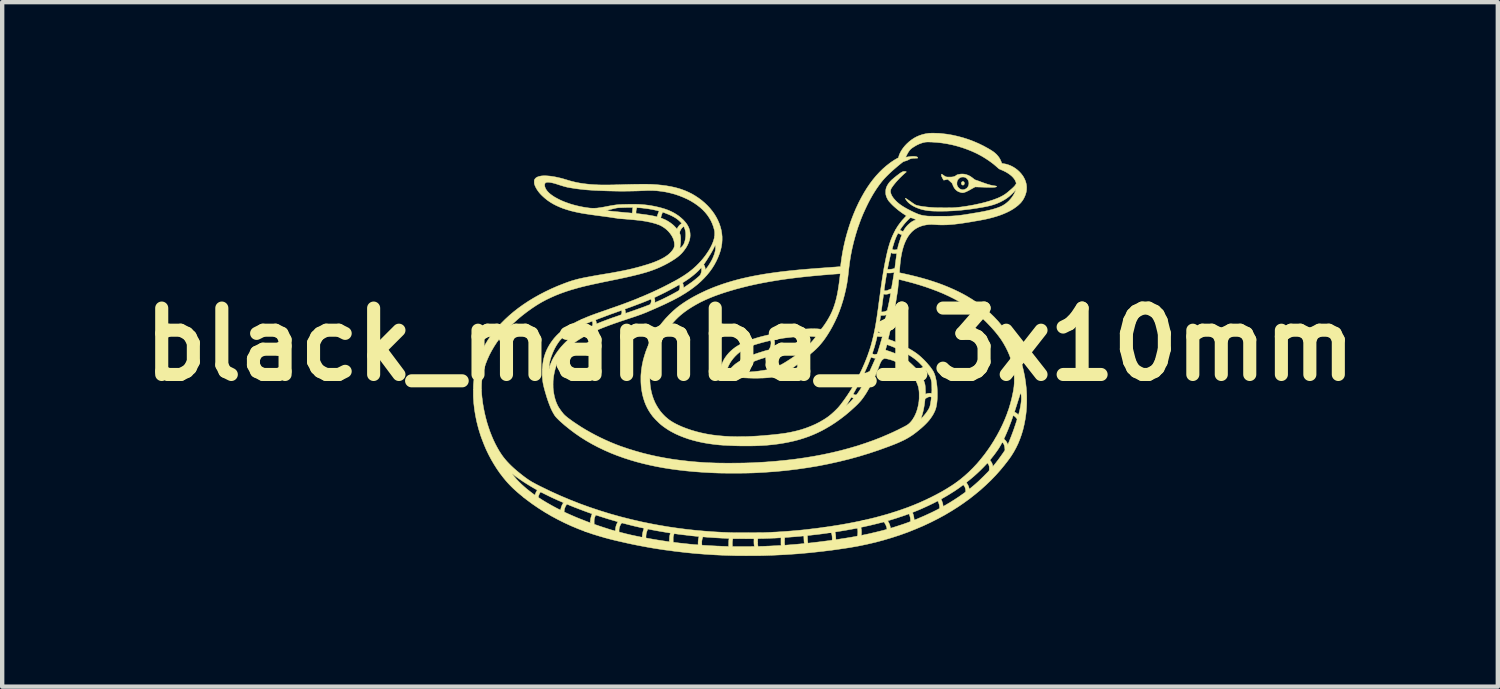
<source format=kicad_pcb>
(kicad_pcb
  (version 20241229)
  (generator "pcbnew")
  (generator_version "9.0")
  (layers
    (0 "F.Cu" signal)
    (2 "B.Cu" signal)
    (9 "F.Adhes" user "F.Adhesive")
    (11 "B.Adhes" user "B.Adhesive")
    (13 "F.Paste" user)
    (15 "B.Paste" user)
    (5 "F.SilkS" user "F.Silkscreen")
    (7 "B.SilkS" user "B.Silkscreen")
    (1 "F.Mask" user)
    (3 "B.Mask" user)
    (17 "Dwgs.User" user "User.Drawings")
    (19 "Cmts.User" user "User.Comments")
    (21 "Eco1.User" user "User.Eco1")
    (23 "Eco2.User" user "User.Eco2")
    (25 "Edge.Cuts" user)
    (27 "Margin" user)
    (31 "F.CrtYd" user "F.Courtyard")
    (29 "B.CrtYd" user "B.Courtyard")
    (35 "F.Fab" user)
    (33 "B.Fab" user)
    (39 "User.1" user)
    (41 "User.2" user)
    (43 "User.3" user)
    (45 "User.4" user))
  (footprint "black_mamba_13x10mm"
    (layer "F.Cu")
    (at 14.159 4.853)
    (property "Reference" "black_mamba_13x10mm" (at 0 0 0) (layer "F.SilkS") (effects (font (size 1.524 1.524) (thickness 0.3))))
    (attr through_hole)
    (fp_poly (pts (xy -0.819 -2.481) (xy -0.821 -2.48) (xy -0.822 -2.481) (xy -0.821 -2.483) (xy -0.819 -2.481)) (stroke (width 0.01) (type solid)) (fill yes) (layer "F.SilkS"))
    (fp_poly (pts (xy 4.899 -3.736) (xy 4.908 -3.728) (xy 4.915 -3.717) (xy 4.919 -3.704) (xy 4.919 -3.689) (xy 4.918 -3.685) (xy 4.911 -3.67) (xy 4.902 -3.66) (xy 4.891 -3.655) (xy 4.878 -3.656) (xy 4.866 -3.662) (xy 4.862 -3.665) (xy 4.853 -3.677) (xy 4.848 -3.692) (xy 4.849 -3.707) (xy 4.855 -3.722) (xy 4.865 -3.732) (xy 4.876 -3.739) (xy 4.888 -3.739) (xy 4.899 -3.736)) (stroke (width 0.01) (type solid)) (fill yes) (layer "F.SilkS"))
    (fp_poly (pts (xy 4.921 -3.907) (xy 4.966 -3.896) (xy 5.01 -3.88) (xy 5.054 -3.857) (xy 5.097 -3.827) (xy 5.128 -3.803) (xy 5.139 -3.793) (xy 5.149 -3.786) (xy 5.158 -3.78) (xy 5.168 -3.776) (xy 5.181 -3.771) (xy 5.193 -3.767) (xy 5.207 -3.762) (xy 5.226 -3.756) (xy 5.248 -3.748) (xy 5.271 -3.74) (xy 5.294 -3.731) (xy 5.304 -3.727) (xy 5.354 -3.709) (xy 5.4 -3.693) (xy 5.441 -3.679) (xy 5.479 -3.668) (xy 5.514 -3.658) (xy 5.548 -3.65) (xy 5.58 -3.644) (xy 5.609 -3.64) (xy 5.628 -3.637) (xy 5.641 -3.635) (xy 5.65 -3.632) (xy 5.655 -3.63) (xy 5.657 -3.627) (xy 5.658 -3.624) (xy 5.655 -3.619) (xy 5.648 -3.614) (xy 5.636 -3.611) (xy 5.618 -3.608) (xy 5.596 -3.606) (xy 5.567 -3.604) (xy 5.533 -3.604) (xy 5.494 -3.604) (xy 5.448 -3.605) (xy 5.396 -3.606) (xy 5.386 -3.607) (xy 5.359 -3.608) (xy 5.328 -3.609) (xy 5.297 -3.61) (xy 5.268 -3.611) (xy 5.242 -3.611) (xy 5.234 -3.612) (xy 5.164 -3.614) (xy 5.076 -3.565) (xy 5.044 -3.547) (xy 5.017 -3.532) (xy 4.993 -3.52) (xy 4.973 -3.51) (xy 4.956 -3.502) (xy 4.94 -3.496) (xy 4.926 -3.491) (xy 4.912 -3.487) (xy 4.909 -3.486) (xy 4.895 -3.482) (xy 4.882 -3.481) (xy 4.871 -3.481) (xy 4.859 -3.482) (xy 4.843 -3.486) (xy 4.837 -3.488) (xy 4.808 -3.496) (xy 4.784 -3.505) (xy 4.763 -3.516) (xy 4.744 -3.529) (xy 4.725 -3.545) (xy 4.721 -3.549) (xy 4.695 -3.578) (xy 4.674 -3.612) (xy 4.656 -3.65) (xy 4.647 -3.677) (xy 4.645 -3.683) (xy 4.643 -3.689) (xy 4.639 -3.694) (xy 4.634 -3.701) (xy 4.633 -3.702) (xy 4.747 -3.702) (xy 4.747 -3.688) (xy 4.748 -3.672) (xy 4.749 -3.661) (xy 4.751 -3.652) (xy 4.755 -3.642) (xy 4.76 -3.632) (xy 4.776 -3.606) (xy 4.797 -3.584) (xy 4.82 -3.567) (xy 4.847 -3.556) (xy 4.877 -3.55) (xy 4.882 -3.55) (xy 4.888 -3.55) (xy 4.899 -3.552) (xy 4.907 -3.553) (xy 4.929 -3.559) (xy 4.95 -3.57) (xy 4.97 -3.582) (xy 4.983 -3.595) (xy 5.001 -3.619) (xy 5.013 -3.645) (xy 5.02 -3.672) (xy 5.022 -3.7) (xy 5.019 -3.727) (xy 5.011 -3.754) (xy 4.999 -3.778) (xy 4.982 -3.8) (xy 4.96 -3.819) (xy 4.942 -3.829) (xy 4.929 -3.835) (xy 4.918 -3.838) (xy 4.906 -3.84) (xy 4.893 -3.841) (xy 4.865 -3.841) (xy 4.841 -3.836) (xy 4.819 -3.826) (xy 4.798 -3.811) (xy 4.79 -3.804) (xy 4.772 -3.783) (xy 4.758 -3.759) (xy 4.75 -3.733) (xy 4.747 -3.702) (xy 4.633 -3.702) (xy 4.627 -3.708) (xy 4.616 -3.718) (xy 4.602 -3.731) (xy 4.592 -3.74) (xy 4.577 -3.754) (xy 4.563 -3.766) (xy 4.552 -3.776) (xy 4.543 -3.783) (xy 4.539 -3.786) (xy 4.538 -3.787) (xy 4.534 -3.787) (xy 4.524 -3.785) (xy 4.511 -3.783) (xy 4.496 -3.78) (xy 4.489 -3.778) (xy 4.473 -3.775) (xy 4.46 -3.772) (xy 4.45 -3.77) (xy 4.444 -3.769) (xy 4.444 -3.769) (xy 4.44 -3.774) (xy 4.434 -3.784) (xy 4.427 -3.796) (xy 4.42 -3.81) (xy 4.412 -3.824) (xy 4.406 -3.837) (xy 4.4 -3.847) (xy 4.398 -3.851) (xy 4.394 -3.863) (xy 4.392 -3.876) (xy 4.391 -3.889) (xy 4.392 -3.899) (xy 4.394 -3.906) (xy 4.398 -3.908) (xy 4.401 -3.907) (xy 4.408 -3.902) (xy 4.419 -3.895) (xy 4.433 -3.885) (xy 4.443 -3.878) (xy 4.459 -3.867) (xy 4.472 -3.858) (xy 4.484 -3.852) (xy 4.496 -3.847) (xy 4.508 -3.844) (xy 4.523 -3.842) (xy 4.54 -3.841) (xy 4.562 -3.841) (xy 4.583 -3.841) (xy 4.616 -3.841) (xy 4.644 -3.844) (xy 4.668 -3.848) (xy 4.689 -3.855) (xy 4.709 -3.864) (xy 4.727 -3.876) (xy 4.73 -3.879) (xy 4.739 -3.885) (xy 4.748 -3.89) (xy 4.758 -3.894) (xy 4.772 -3.898) (xy 4.782 -3.9) (xy 4.829 -3.909) (xy 4.875 -3.911) (xy 4.921 -3.907)) (stroke (width 0.01) (type solid)) (fill yes) (layer "F.SilkS"))
    (fp_poly (pts (xy 4.209 -4.848) (xy 4.241 -4.847) (xy 4.275 -4.846) (xy 4.308 -4.845) (xy 4.339 -4.844) (xy 4.367 -4.842) (xy 4.386 -4.84) (xy 4.514 -4.825) (xy 4.64 -4.804) (xy 4.765 -4.776) (xy 4.888 -4.743) (xy 5.01 -4.704) (xy 5.129 -4.659) (xy 5.246 -4.609) (xy 5.36 -4.553) (xy 5.471 -4.492) (xy 5.537 -4.452) (xy 5.574 -4.428) (xy 5.606 -4.404) (xy 5.634 -4.38) (xy 5.661 -4.355) (xy 5.663 -4.352) (xy 5.695 -4.315) (xy 5.722 -4.277) (xy 5.745 -4.235) (xy 5.765 -4.189) (xy 5.766 -4.186) (xy 5.771 -4.174) (xy 5.775 -4.163) (xy 5.778 -4.157) (xy 5.778 -4.155) (xy 5.782 -4.154) (xy 5.791 -4.152) (xy 5.803 -4.15) (xy 5.817 -4.148) (xy 5.873 -4.138) (xy 5.929 -4.121) (xy 5.984 -4.099) (xy 6.037 -4.072) (xy 6.088 -4.04) (xy 6.136 -4.003) (xy 6.18 -3.963) (xy 6.221 -3.918) (xy 6.257 -3.871) (xy 6.279 -3.836) (xy 6.304 -3.788) (xy 6.324 -3.737) (xy 6.338 -3.684) (xy 6.342 -3.661) (xy 6.345 -3.636) (xy 6.347 -3.608) (xy 6.346 -3.578) (xy 6.345 -3.547) (xy 6.341 -3.519) (xy 6.337 -3.495) (xy 6.336 -3.491) (xy 6.321 -3.44) (xy 6.301 -3.39) (xy 6.278 -3.343) (xy 6.251 -3.3) (xy 6.221 -3.261) (xy 6.199 -3.237) (xy 6.149 -3.19) (xy 6.094 -3.147) (xy 6.033 -3.105) (xy 5.966 -3.066) (xy 5.894 -3.03) (xy 5.816 -2.996) (xy 5.733 -2.964) (xy 5.644 -2.935) (xy 5.549 -2.908) (xy 5.448 -2.883) (xy 5.375 -2.867) (xy 5.35 -2.862) (xy 5.32 -2.857) (xy 5.285 -2.85) (xy 5.247 -2.843) (xy 5.206 -2.836) (xy 5.162 -2.829) (xy 5.118 -2.821) (xy 5.074 -2.813) (xy 5.03 -2.806) (xy 4.987 -2.799) (xy 4.947 -2.793) (xy 4.911 -2.787) (xy 4.878 -2.782) (xy 4.864 -2.78) (xy 4.774 -2.768) (xy 4.69 -2.758) (xy 4.61 -2.751) (xy 4.533 -2.745) (xy 4.461 -2.743) (xy 4.391 -2.742) (xy 4.323 -2.744) (xy 4.256 -2.748) (xy 4.24 -2.749) (xy 4.171 -2.753) (xy 4.105 -2.751) (xy 4.04 -2.743) (xy 3.979 -2.731) (xy 3.921 -2.713) (xy 3.866 -2.691) (xy 3.814 -2.663) (xy 3.766 -2.631) (xy 3.722 -2.593) (xy 3.701 -2.572) (xy 3.663 -2.528) (xy 3.627 -2.478) (xy 3.595 -2.424) (xy 3.566 -2.365) (xy 3.539 -2.301) (xy 3.516 -2.232) (xy 3.495 -2.157) (xy 3.477 -2.077) (xy 3.462 -1.992) (xy 3.45 -1.901) (xy 3.442 -1.827) (xy 3.44 -1.802) (xy 3.438 -1.776) (xy 3.436 -1.75) (xy 3.434 -1.726) (xy 3.432 -1.703) (xy 3.431 -1.683) (xy 3.43 -1.667) (xy 3.429 -1.655) (xy 3.429 -1.648) (xy 3.43 -1.646) (xy 3.433 -1.645) (xy 3.442 -1.643) (xy 3.455 -1.64) (xy 3.472 -1.636) (xy 3.491 -1.632) (xy 3.507 -1.629) (xy 3.657 -1.595) (xy 3.802 -1.56) (xy 3.941 -1.523) (xy 4.075 -1.485) (xy 4.203 -1.444) (xy 4.327 -1.402) (xy 4.447 -1.357) (xy 4.562 -1.31) (xy 4.674 -1.261) (xy 4.782 -1.21) (xy 4.887 -1.156) (xy 4.97 -1.11) (xy 5.088 -1.039) (xy 5.201 -0.965) (xy 5.308 -0.887) (xy 5.411 -0.805) (xy 5.509 -0.719) (xy 5.602 -0.629) (xy 5.69 -0.535) (xy 5.769 -0.441) (xy 5.783 -0.425) (xy 5.798 -0.406) (xy 5.812 -0.388) (xy 5.825 -0.373) (xy 5.825 -0.373) (xy 5.887 -0.292) (xy 5.945 -0.206) (xy 6.001 -0.115) (xy 6.053 -0.019) (xy 6.101 0.08) (xy 6.145 0.184) (xy 6.185 0.291) (xy 6.222 0.401) (xy 6.254 0.513) (xy 6.281 0.629) (xy 6.305 0.746) (xy 6.323 0.865) (xy 6.337 0.986) (xy 6.339 1) (xy 6.345 1.085) (xy 6.349 1.173) (xy 6.35 1.263) (xy 6.349 1.352) (xy 6.345 1.441) (xy 6.339 1.527) (xy 6.331 1.6) (xy 6.313 1.723) (xy 6.29 1.841) (xy 6.263 1.956) (xy 6.23 2.066) (xy 6.192 2.173) (xy 6.15 2.276) (xy 6.102 2.375) (xy 6.049 2.471) (xy 5.992 2.562) (xy 5.97 2.593) (xy 5.948 2.624) (xy 5.922 2.659) (xy 5.894 2.696) (xy 5.864 2.734) (xy 5.834 2.773) (xy 5.803 2.81) (xy 5.774 2.846) (xy 5.746 2.879) (xy 5.742 2.884) (xy 5.637 3.002) (xy 5.526 3.117) (xy 5.409 3.229) (xy 5.288 3.338) (xy 5.161 3.443) (xy 5.031 3.545) (xy 4.895 3.643) (xy 4.784 3.719) (xy 4.631 3.816) (xy 4.473 3.91) (xy 4.311 3.998) (xy 4.145 4.082) (xy 3.974 4.162) (xy 3.8 4.236) (xy 3.623 4.307) (xy 3.442 4.372) (xy 3.258 4.432) (xy 3.07 4.488) (xy 2.88 4.539) (xy 2.687 4.584) (xy 2.491 4.625) (xy 2.293 4.66) (xy 2.256 4.666) (xy 1.966 4.709) (xy 1.675 4.746) (xy 1.384 4.778) (xy 1.09 4.804) (xy 0.795 4.824) (xy 0.498 4.838) (xy 0.286 4.845) (xy 0.264 4.845) (xy 0.237 4.846) (xy 0.205 4.846) (xy 0.169 4.847) (xy 0.13 4.847) (xy 0.088 4.847) (xy 0.044 4.847) (xy -0.001 4.847) (xy -0.046 4.847) (xy -0.091 4.848) (xy -0.135 4.847) (xy -0.177 4.847) (xy -0.217 4.847) (xy -0.253 4.847) (xy -0.285 4.847) (xy -0.313 4.847) (xy -0.335 4.846) (xy -0.338 4.846) (xy -0.578 4.839) (xy -0.813 4.828) (xy -1.045 4.813) (xy -1.274 4.795) (xy -1.502 4.772) (xy -1.73 4.745) (xy -1.957 4.715) (xy -2.097 4.694) (xy -2.211 4.676) (xy -2.328 4.656) (xy -2.446 4.634) (xy -2.564 4.612) (xy -2.683 4.588) (xy -2.8 4.563) (xy -2.916 4.537) (xy -3.03 4.511) (xy -3.14 4.485) (xy -3.246 4.458) (xy -3.347 4.43) (xy -3.432 4.406) (xy -3.603 4.354) (xy -3.772 4.296) (xy -3.937 4.233) (xy -4.1 4.165) (xy -4.259 4.092) (xy -4.415 4.014) (xy -4.567 3.932) (xy -4.715 3.844) (xy -4.716 3.844) (xy -4.265 3.844) (xy -4.184 3.881) (xy -4.131 3.905) (xy -4.078 3.928) (xy -4.025 3.951) (xy -3.971 3.974) (xy -3.914 3.997) (xy -3.855 4.02) (xy -3.791 4.045) (xy -3.751 4.061) (xy -3.73 4.069) (xy -3.71 4.076) (xy -3.692 4.083) (xy -3.679 4.088) (xy -3.669 4.091) (xy -3.665 4.092) (xy -3.664 4.092) (xy -3.662 4.091) (xy -3.661 4.086) (xy -3.662 4.077) (xy -3.663 4.068) (xy -3.577 4.068) (xy -3.576 4.091) (xy -3.576 4.108) (xy -3.575 4.119) (xy -3.573 4.124) (xy -3.573 4.125) (xy -3.569 4.127) (xy -3.559 4.131) (xy -3.544 4.137) (xy -3.525 4.143) (xy -3.502 4.151) (xy -3.476 4.16) (xy -3.447 4.17) (xy -3.416 4.18) (xy -3.384 4.191) (xy -3.351 4.202) (xy -3.318 4.212) (xy -3.285 4.223) (xy -3.253 4.233) (xy -3.222 4.243) (xy -3.193 4.252) (xy -3.167 4.26) (xy -3.144 4.267) (xy -3.124 4.273) (xy -3.109 4.277) (xy -3.099 4.279) (xy -3.095 4.28) (xy -3.093 4.279) (xy -3.091 4.275) (xy -3.09 4.268) (xy -3.09 4.265) (xy -3.005 4.265) (xy -3.005 4.283) (xy -3.003 4.304) (xy -2.99 4.308) (xy -2.983 4.309) (xy -2.972 4.312) (xy -2.956 4.316) (xy -2.936 4.321) (xy -2.914 4.327) (xy -2.889 4.333) (xy -2.87 4.338) (xy -2.844 4.345) (xy -2.818 4.351) (xy -2.791 4.357) (xy -2.764 4.364) (xy -2.734 4.371) (xy -2.702 4.378) (xy -2.666 4.385) (xy -2.627 4.394) (xy -2.583 4.403) (xy -2.533 4.413) (xy -2.521 4.416) (xy -2.507 4.419) (xy -2.494 4.421) (xy -2.485 4.422) (xy -2.483 4.422) (xy -2.474 4.423) (xy -2.474 4.418) (xy -2.388 4.418) (xy -2.388 4.43) (xy -2.386 4.438) (xy -2.385 4.44) (xy -2.381 4.441) (xy -2.371 4.443) (xy -2.355 4.446) (xy -2.336 4.45) (xy -2.312 4.454) (xy -2.285 4.459) (xy -2.255 4.464) (xy -2.224 4.47) (xy -2.19 4.475) (xy -2.156 4.481) (xy -2.122 4.487) (xy -2.087 4.492) (xy -2.054 4.497) (xy -2.022 4.502) (xy -1.992 4.507) (xy -1.969 4.51) (xy -1.946 4.514) (xy -1.925 4.517) (xy -1.906 4.52) (xy -1.892 4.522) (xy -1.888 4.522) (xy -1.874 4.524) (xy -1.863 4.526) (xy -1.855 4.527) (xy -1.854 4.527) (xy -1.852 4.527) (xy -1.85 4.524) (xy -1.85 4.519) (xy -1.849 4.51) (xy -1.849 4.497) (xy -1.849 4.478) (xy -1.849 4.478) (xy -1.849 4.474) (xy -1.763 4.474) (xy -1.763 4.496) (xy -1.763 4.513) (xy -1.762 4.526) (xy -1.761 4.535) (xy -1.761 4.537) (xy -1.757 4.538) (xy -1.747 4.54) (xy -1.732 4.542) (xy -1.712 4.545) (xy -1.688 4.548) (xy -1.661 4.551) (xy -1.631 4.555) (xy -1.598 4.559) (xy -1.564 4.562) (xy -1.528 4.566) (xy -1.492 4.57) (xy -1.455 4.574) (xy -1.419 4.578) (xy -1.383 4.582) (xy -1.35 4.585) (xy -1.318 4.588) (xy -1.289 4.591) (xy -1.263 4.593) (xy -1.241 4.595) (xy -1.223 4.596) (xy -1.21 4.597) (xy -1.207 4.597) (xy -1.191 4.597) (xy -1.191 4.553) (xy -1.108 4.553) (xy -1.105 4.587) (xy -1.104 4.597) (xy -1.102 4.603) (xy -1.102 4.605) (xy -1.098 4.606) (xy -1.088 4.607) (xy -1.073 4.608) (xy -1.054 4.609) (xy -1.03 4.611) (xy -1.002 4.612) (xy -0.971 4.614) (xy -0.938 4.616) (xy -0.902 4.618) (xy -0.865 4.62) (xy -0.826 4.622) (xy -0.787 4.624) (xy -0.748 4.626) (xy -0.71 4.627) (xy -0.672 4.629) (xy -0.636 4.631) (xy -0.602 4.632) (xy -0.571 4.633) (xy -0.543 4.634) (xy -0.518 4.635) (xy -0.511 4.635) (xy -0.49 4.636) (xy -0.49 4.583) (xy -0.406 4.583) (xy -0.406 4.605) (xy -0.404 4.621) (xy -0.402 4.635) (xy -0.383 4.636) (xy -0.375 4.637) (xy -0.362 4.637) (xy -0.345 4.637) (xy -0.323 4.637) (xy -0.298 4.637) (xy -0.269 4.637) (xy -0.239 4.637) (xy -0.207 4.637) (xy -0.173 4.637) (xy -0.139 4.637) (xy -0.106 4.637) (xy -0.072 4.637) (xy -0.041 4.637) (xy -0.011 4.637) (xy 0.017 4.637) (xy 0.041 4.636) (xy 0.062 4.636) (xy 0.078 4.636) (xy 0.09 4.636) (xy 0.096 4.635) (xy 0.097 4.635) (xy 0.097 4.631) (xy 0.097 4.623) (xy 0.095 4.61) (xy 0.094 4.595) (xy 0.093 4.594) (xy 0.09 4.558) (xy 0.09 4.529) (xy 0.176 4.529) (xy 0.176 4.55) (xy 0.177 4.571) (xy 0.178 4.589) (xy 0.179 4.604) (xy 0.181 4.614) (xy 0.185 4.636) (xy 0.225 4.634) (xy 0.243 4.633) (xy 0.265 4.633) (xy 0.289 4.632) (xy 0.311 4.631) (xy 0.318 4.631) (xy 0.341 4.63) (xy 0.37 4.629) (xy 0.403 4.627) (xy 0.439 4.626) (xy 0.476 4.624) (xy 0.514 4.622) (xy 0.551 4.62) (xy 0.585 4.619) (xy 0.617 4.617) (xy 0.644 4.616) (xy 0.648 4.615) (xy 0.713 4.612) (xy 0.711 4.596) (xy 0.711 4.588) (xy 0.71 4.575) (xy 0.71 4.558) (xy 0.71 4.538) (xy 0.71 4.517) (xy 0.71 4.507) (xy 0.71 4.506) (xy 0.791 4.506) (xy 0.792 4.53) (xy 0.792 4.555) (xy 0.794 4.577) (xy 0.796 4.594) (xy 0.798 4.607) (xy 0.816 4.605) (xy 0.824 4.605) (xy 0.837 4.604) (xy 0.854 4.602) (xy 0.875 4.601) (xy 0.898 4.599) (xy 0.919 4.597) (xy 0.944 4.595) (xy 0.971 4.593) (xy 0.999 4.591) (xy 1.029 4.588) (xy 1.06 4.586) (xy 1.09 4.583) (xy 1.119 4.58) (xy 1.147 4.578) (xy 1.172 4.575) (xy 1.195 4.573) (xy 1.214 4.571) (xy 1.229 4.569) (xy 1.239 4.568) (xy 1.244 4.567) (xy 1.244 4.567) (xy 1.244 4.564) (xy 1.243 4.556) (xy 1.242 4.544) (xy 1.242 4.541) (xy 1.24 4.53) (xy 1.239 4.514) (xy 1.238 4.494) (xy 1.237 4.474) (xy 1.236 4.455) (xy 1.235 4.434) (xy 1.235 4.418) (xy 1.234 4.407) (xy 1.233 4.4) (xy 1.232 4.396) (xy 1.23 4.394) (xy 1.229 4.394) (xy 1.224 4.395) (xy 1.214 4.395) (xy 1.201 4.397) (xy 1.195 4.397) (xy 1.178 4.399) (xy 1.155 4.401) (xy 1.128 4.404) (xy 1.098 4.406) (xy 1.065 4.409) (xy 1.031 4.412) (xy 0.996 4.415) (xy 0.962 4.417) (xy 0.929 4.42) (xy 0.899 4.422) (xy 0.889 4.423) (xy 0.866 4.425) (xy 0.845 4.426) (xy 0.827 4.428) (xy 0.812 4.429) (xy 0.802 4.43) (xy 0.798 4.43) (xy 0.798 4.43) (xy 0.797 4.434) (xy 0.796 4.442) (xy 0.795 4.454) (xy 0.793 4.464) (xy 0.792 4.483) (xy 0.791 4.506) (xy 0.71 4.506) (xy 0.71 4.435) (xy 0.683 4.437) (xy 0.658 4.438) (xy 0.628 4.44) (xy 0.594 4.442) (xy 0.556 4.444) (xy 0.515 4.445) (xy 0.473 4.447) (xy 0.43 4.449) (xy 0.388 4.45) (xy 0.347 4.452) (xy 0.308 4.453) (xy 0.277 4.453) (xy 0.181 4.456) (xy 0.179 4.467) (xy 0.177 4.476) (xy 0.177 4.491) (xy 0.176 4.509) (xy 0.176 4.529) (xy 0.09 4.529) (xy 0.089 4.518) (xy 0.09 4.507) (xy 0.091 4.459) (xy -0.151 4.457) (xy -0.189 4.457) (xy -0.226 4.457) (xy -0.26 4.456) (xy -0.292 4.456) (xy -0.32 4.456) (xy -0.344 4.456) (xy -0.364 4.456) (xy -0.379 4.456) (xy -0.389 4.456) (xy -0.393 4.456) (xy -0.393 4.456) (xy -0.394 4.46) (xy -0.396 4.468) (xy -0.398 4.48) (xy -0.4 4.492) (xy -0.403 4.511) (xy -0.405 4.535) (xy -0.406 4.559) (xy -0.406 4.583) (xy -0.49 4.583) (xy -0.49 4.571) (xy -0.49 4.539) (xy -0.488 4.512) (xy -0.487 4.491) (xy -0.485 4.48) (xy -0.483 4.468) (xy -0.481 4.458) (xy -0.481 4.453) (xy -0.481 4.452) (xy -0.484 4.452) (xy -0.493 4.451) (xy -0.506 4.451) (xy -0.523 4.45) (xy -0.543 4.449) (xy -0.557 4.448) (xy -0.597 4.446) (xy -0.634 4.445) (xy -0.67 4.443) (xy -0.704 4.441) (xy -0.739 4.439) (xy -0.774 4.437) (xy -0.81 4.435) (xy -0.849 4.432) (xy -0.891 4.429) (xy -0.936 4.426) (xy -0.986 4.423) (xy -1.042 4.418) (xy -1.056 4.417) (xy -1.081 4.416) (xy -1.09 4.441) (xy -1.1 4.477) (xy -1.106 4.515) (xy -1.108 4.553) (xy -1.191 4.553) (xy -1.191 4.549) (xy -1.19 4.511) (xy -1.186 4.478) (xy -1.181 4.448) (xy -1.175 4.426) (xy -1.172 4.415) (xy -1.171 4.409) (xy -1.173 4.407) (xy -1.173 4.407) (xy -1.181 4.407) (xy -1.196 4.405) (xy -1.215 4.404) (xy -1.238 4.401) (xy -1.266 4.398) (xy -1.296 4.395) (xy -1.33 4.391) (xy -1.365 4.387) (xy -1.385 4.385) (xy 1.317 4.385) (xy 1.319 4.444) (xy 1.32 4.471) (xy 1.321 4.496) (xy 1.323 4.518) (xy 1.325 4.537) (xy 1.327 4.55) (xy 1.329 4.555) (xy 1.329 4.557) (xy 1.329 4.558) (xy 1.33 4.558) (xy 1.332 4.559) (xy 1.336 4.559) (xy 1.343 4.558) (xy 1.352 4.557) (xy 1.365 4.556) (xy 1.382 4.554) (xy 1.403 4.552) (xy 1.431 4.549) (xy 1.45 4.546) (xy 1.548 4.535) (xy 1.645 4.523) (xy 1.738 4.511) (xy 1.81 4.502) (xy 1.882 4.492) (xy 1.885 4.474) (xy 1.886 4.457) (xy 1.885 4.436) (xy 1.884 4.412) (xy 1.881 4.388) (xy 1.878 4.365) (xy 1.873 4.345) (xy 1.869 4.33) (xy 1.868 4.328) (xy 1.863 4.316) (xy 1.782 4.328) (xy 1.725 4.336) (xy 1.672 4.344) (xy 1.623 4.35) (xy 1.575 4.356) (xy 1.527 4.362) (xy 1.478 4.367) (xy 1.451 4.37) (xy 1.425 4.373) (xy 1.4 4.376) (xy 1.378 4.378) (xy 1.359 4.38) (xy 1.344 4.382) (xy 1.334 4.383) (xy 1.331 4.383) (xy 1.317 4.385) (xy -1.385 4.385) (xy -1.402 4.383) (xy -1.44 4.379) (xy -1.477 4.374) (xy -1.515 4.37) (xy -1.551 4.366) (xy -1.586 4.361) (xy -1.618 4.357) (xy -1.648 4.354) (xy -1.674 4.35) (xy -1.696 4.347) (xy -1.713 4.345) (xy -1.725 4.343) (xy -1.729 4.342) (xy -1.735 4.342) (xy -1.74 4.346) (xy -1.745 4.355) (xy -1.75 4.368) (xy -1.755 4.386) (xy -1.758 4.397) (xy -1.76 4.407) (xy -1.762 4.417) (xy -1.763 4.429) (xy -1.763 4.444) (xy -1.763 4.463) (xy -1.763 4.474) (xy -1.849 4.474) (xy -1.848 4.44) (xy -1.845 4.406) (xy -1.839 4.375) (xy -1.832 4.35) (xy -1.829 4.339) (xy -1.827 4.332) (xy -1.827 4.328) (xy -1.83 4.327) (xy -1.839 4.326) (xy -1.852 4.324) (xy -1.869 4.321) (xy -1.889 4.317) (xy -1.907 4.315) (xy -1.946 4.308) (xy -1.988 4.301) (xy -2.032 4.294) (xy -2.077 4.286) (xy -2.122 4.278) (xy -2.166 4.27) (xy -2.208 4.262) (xy -2.247 4.255) (xy -2.282 4.248) (xy -2.312 4.242) (xy -2.319 4.241) (xy -2.33 4.238) (xy -2.339 4.237) (xy -2.343 4.237) (xy -2.344 4.237) (xy -2.346 4.241) (xy -2.35 4.25) (xy -2.356 4.262) (xy -2.361 4.276) (xy -2.367 4.292) (xy -2.372 4.307) (xy -2.376 4.32) (xy -2.377 4.323) (xy -2.38 4.335) (xy -2.382 4.351) (xy -2.385 4.368) (xy -2.386 4.386) (xy -2.387 4.403) (xy -2.388 4.418) (xy -2.474 4.418) (xy -2.472 4.389) (xy -2.466 4.337) (xy -2.454 4.285) (xy -2.446 4.261) (xy -2.441 4.247) (xy -2.437 4.235) (xy -2.434 4.226) (xy -2.433 4.222) (xy -2.433 4.22) (xy -2.437 4.218) (xy -2.444 4.215) (xy -2.456 4.212) (xy -2.466 4.21) (xy -2.519 4.199) (xy -2.576 4.186) (xy -2.637 4.172) (xy -2.699 4.157) (xy -2.763 4.141) (xy -2.826 4.125) (xy -2.856 4.117) (xy -2.941 4.095) (xy -2.952 4.107) (xy -2.961 4.119) (xy -2.971 4.136) (xy -2.98 4.155) (xy -2.988 4.174) (xy -2.994 4.189) (xy -3 4.213) (xy -3.004 4.239) (xy -3.005 4.265) (xy -3.09 4.265) (xy -3.089 4.256) (xy -3.088 4.246) (xy -3.084 4.208) (xy -3.076 4.17) (xy -3.064 4.134) (xy -3.049 4.102) (xy -3.043 4.091) (xy -3.038 4.082) (xy -3.034 4.074) (xy -3.032 4.071) (xy -3.032 4.071) (xy -3.035 4.069) (xy -3.043 4.067) (xy -3.056 4.063) (xy -3.072 4.058) (xy -3.09 4.052) (xy -3.098 4.05) (xy -3.253 4.005) (xy -3.411 3.955) (xy -3.483 3.932) (xy -3.5 3.926) (xy -3.516 3.922) (xy -3.528 3.918) (xy -3.535 3.915) (xy -3.538 3.915) (xy -3.541 3.918) (xy -3.545 3.925) (xy -3.55 3.936) (xy -3.556 3.95) (xy -3.562 3.964) (xy -3.566 3.979) (xy -3.569 3.988) (xy -3.572 3.999) (xy -3.574 4.01) (xy -3.575 4.022) (xy -3.576 4.036) (xy -3.576 4.054) (xy -3.577 4.068) (xy -3.663 4.068) (xy -3.663 4.06) (xy -3.662 4.037) (xy -3.659 4.012) (xy -3.654 3.985) (xy -3.647 3.959) (xy -3.64 3.933) (xy -3.633 3.913) (xy -3.627 3.899) (xy -3.625 3.89) (xy -3.625 3.885) (xy -3.628 3.883) (xy -3.63 3.883) (xy -3.635 3.882) (xy -3.645 3.879) (xy -3.661 3.873) (xy -3.681 3.866) (xy -3.704 3.858) (xy -3.731 3.848) (xy -3.761 3.837) (xy -3.793 3.825) (xy -3.827 3.813) (xy -3.862 3.799) (xy -3.898 3.786) (xy -3.934 3.772) (xy -3.969 3.758) (xy -4.004 3.745) (xy -4.038 3.732) (xy -4.069 3.719) (xy -4.099 3.707) (xy -4.125 3.697) (xy -4.148 3.687) (xy -4.167 3.679) (xy -4.176 3.675) (xy -4.187 3.671) (xy -4.195 3.668) (xy -4.199 3.667) (xy -4.204 3.67) (xy -4.21 3.677) (xy -4.218 3.688) (xy -4.227 3.702) (xy -4.235 3.718) (xy -4.238 3.725) (xy -4.251 3.756) (xy -4.259 3.787) (xy -4.263 3.818) (xy -4.265 3.844) (xy -4.716 3.844) (xy -4.859 3.753) (xy -4.999 3.657) (xy -5.135 3.556) (xy -5.2 3.505) (xy -4.858 3.505) (xy -4.855 3.509) (xy -4.847 3.515) (xy -4.835 3.524) (xy -4.818 3.535) (xy -4.798 3.548) (xy -4.775 3.563) (xy -4.749 3.579) (xy -4.72 3.597) (xy -4.69 3.615) (xy -4.658 3.634) (xy -4.626 3.652) (xy -4.593 3.671) (xy -4.56 3.69) (xy -4.531 3.706) (xy -4.514 3.715) (xy -4.495 3.726) (xy -4.474 3.736) (xy -4.453 3.748) (xy -4.432 3.759) (xy -4.411 3.769) (xy -4.393 3.779) (xy -4.376 3.787) (xy -4.363 3.794) (xy -4.354 3.798) (xy -4.349 3.8) (xy -4.349 3.8) (xy -4.347 3.798) (xy -4.345 3.791) (xy -4.345 3.789) (xy -4.335 3.746) (xy -4.321 3.706) (xy -4.304 3.67) (xy -4.295 3.655) (xy -4.28 3.632) (xy -4.295 3.625) (xy -4.349 3.601) (xy -4.399 3.58) (xy -4.444 3.559) (xy -4.486 3.54) (xy -4.526 3.522) (xy -4.564 3.504) (xy -4.602 3.486) (xy -4.64 3.467) (xy -4.679 3.448) (xy -4.699 3.438) (xy -4.805 3.385) (xy -4.812 3.393) (xy -4.821 3.406) (xy -4.83 3.422) (xy -4.838 3.44) (xy -4.846 3.459) (xy -4.852 3.478) (xy -4.856 3.494) (xy -4.858 3.505) (xy -5.2 3.505) (xy -5.212 3.495) (xy -5.273 3.445) (xy -5.33 3.397) (xy -5.382 3.351) (xy -5.431 3.306) (xy -5.477 3.261) (xy -5.521 3.216) (xy -5.564 3.17) (xy -5.606 3.122) (xy -5.647 3.072) (xy -5.662 3.054) (xy -5.729 2.966) (xy -5.46 2.966) (xy -5.458 2.969) (xy -5.453 2.976) (xy -5.446 2.987) (xy -5.435 3) (xy -5.423 3.015) (xy -5.41 3.031) (xy -5.396 3.047) (xy -5.382 3.064) (xy -5.369 3.08) (xy -5.356 3.094) (xy -5.353 3.098) (xy -5.302 3.151) (xy -5.246 3.206) (xy -5.185 3.261) (xy -5.12 3.317) (xy -5.051 3.371) (xy -4.988 3.419) (xy -4.972 3.431) (xy -4.958 3.441) (xy -4.947 3.449) (xy -4.939 3.455) (xy -4.935 3.457) (xy -4.935 3.458) (xy -4.934 3.455) (xy -4.931 3.447) (xy -4.928 3.437) (xy -4.928 3.436) (xy -4.923 3.421) (xy -4.915 3.403) (xy -4.907 3.385) (xy -4.898 3.369) (xy -4.891 3.356) (xy -4.89 3.354) (xy -4.885 3.348) (xy -4.883 3.343) (xy -4.883 3.343) (xy -4.886 3.341) (xy -4.893 3.336) (xy -4.904 3.33) (xy -4.918 3.321) (xy -4.93 3.315) (xy -5.019 3.263) (xy -5.106 3.21) (xy -5.19 3.157) (xy -5.27 3.103) (xy -5.346 3.05) (xy -5.416 2.998) (xy -5.416 2.998) (xy -5.43 2.987) (xy -5.442 2.978) (xy -5.452 2.971) (xy -5.458 2.967) (xy -5.46 2.966) (xy -5.729 2.966) (xy -5.736 2.958) (xy -5.807 2.856) (xy -5.874 2.75) (xy -5.938 2.641) (xy -5.998 2.528) (xy -6.054 2.412) (xy -6.104 2.294) (xy -6.15 2.175) (xy -6.157 2.157) (xy -6.163 2.141) (xy -6.168 2.125) (xy -6.173 2.112) (xy -6.176 2.104) (xy -6.177 2.102) (xy -6.18 2.093) (xy -6.185 2.079) (xy -6.19 2.06) (xy -6.197 2.039) (xy -6.204 2.016) (xy -6.212 1.992) (xy -6.219 1.967) (xy -6.226 1.944) (xy -6.232 1.923) (xy -6.237 1.906) (xy -6.237 1.905) (xy -6.272 1.767) (xy -6.3 1.628) (xy -6.323 1.488) (xy -6.339 1.347) (xy -6.347 1.23) (xy -6.348 1.208) (xy -6.349 1.18) (xy -6.349 1.149) (xy -6.349 1.116) (xy -6.349 1.081) (xy -6.349 1.045) (xy -6.348 1.01) (xy -6.348 0.994) (xy -6.161 0.994) (xy -6.161 1.027) (xy -6.16 1.057) (xy -6.16 1.084) (xy -6.158 1.111) (xy -6.157 1.137) (xy -6.154 1.166) (xy -6.151 1.198) (xy -6.147 1.235) (xy -6.146 1.238) (xy -6.132 1.35) (xy -6.113 1.461) (xy -6.091 1.571) (xy -6.065 1.68) (xy -6.036 1.788) (xy -6.003 1.893) (xy -5.968 1.995) (xy -5.929 2.095) (xy -5.888 2.191) (xy -5.844 2.283) (xy -5.797 2.371) (xy -5.749 2.454) (xy -5.698 2.532) (xy -5.661 2.583) (xy -5.621 2.633) (xy -5.578 2.683) (xy -5.53 2.734) (xy -5.478 2.786) (xy -5.421 2.839) (xy -5.359 2.893) (xy -5.291 2.949) (xy -5.234 2.994) (xy -5.2 3.021) (xy -5.168 3.045) (xy -5.139 3.066) (xy -5.111 3.086) (xy -5.084 3.105) (xy -5.056 3.123) (xy -5.028 3.14) (xy -4.999 3.158) (xy -4.967 3.175) (xy -4.933 3.194) (xy -4.895 3.214) (xy -4.852 3.236) (xy -4.805 3.26) (xy -4.794 3.265) (xy -4.576 3.371) (xy -4.355 3.471) (xy -4.131 3.565) (xy -3.903 3.655) (xy -3.673 3.738) (xy -3.439 3.816) (xy -3.202 3.889) (xy -2.962 3.956) (xy -2.719 4.017) (xy -2.472 4.074) (xy -2.223 4.124) (xy -2.084 4.149) (xy -1.879 4.184) (xy -1.673 4.214) (xy -1.466 4.241) (xy -1.257 4.264) (xy -1.045 4.283) (xy -0.831 4.299) (xy -0.612 4.311) (xy -0.427 4.318) (xy -0.409 4.318) (xy -0.386 4.319) (xy -0.357 4.319) (xy -0.324 4.319) (xy -0.287 4.32) (xy -0.247 4.32) (xy -0.204 4.32) (xy -0.159 4.32) (xy -0.112 4.32) (xy -0.064 4.32) (xy -0.016 4.319) (xy 0.032 4.319) (xy 0.079 4.319) (xy 0.125 4.319) (xy 0.169 4.318) (xy 0.211 4.318) (xy 0.249 4.318) (xy 0.284 4.317) (xy 0.315 4.317) (xy 0.34 4.316) (xy 0.361 4.315) (xy 0.371 4.315) (xy 0.49 4.31) (xy 0.52 4.308) (xy 1.951 4.308) (xy 1.951 4.31) (xy 1.951 4.31) (xy 1.959 4.341) (xy 1.964 4.376) (xy 1.967 4.416) (xy 1.968 4.427) (xy 1.968 4.446) (xy 1.969 4.46) (xy 1.97 4.47) (xy 1.971 4.475) (xy 1.972 4.478) (xy 1.974 4.479) (xy 1.976 4.478) (xy 1.981 4.478) (xy 1.991 4.476) (xy 2.006 4.474) (xy 2.024 4.471) (xy 2.046 4.467) (xy 2.07 4.464) (xy 2.08 4.462) (xy 2.107 4.458) (xy 2.138 4.453) (xy 2.171 4.448) (xy 2.205 4.443) (xy 2.241 4.437) (xy 2.276 4.431) (xy 2.31 4.426) (xy 2.342 4.42) (xy 2.371 4.415) (xy 2.396 4.411) (xy 2.417 4.407) (xy 2.432 4.404) (xy 2.446 4.401) (xy 2.457 4.398) (xy 2.463 4.395) (xy 2.464 4.394) (xy 2.467 4.385) (xy 2.469 4.372) (xy 2.471 4.354) (xy 2.472 4.334) (xy 2.473 4.313) (xy 2.473 4.292) (xy 2.472 4.272) (xy 2.471 4.254) (xy 2.469 4.24) (xy 2.467 4.235) (xy 2.465 4.229) (xy 2.464 4.225) (xy 2.461 4.221) (xy 2.457 4.219) (xy 2.451 4.219) (xy 2.442 4.219) (xy 2.429 4.221) (xy 2.412 4.224) (xy 2.389 4.229) (xy 2.379 4.231) (xy 2.283 4.248) (xy 2.184 4.266) (xy 2.079 4.283) (xy 2.047 4.288) (xy 2.02 4.293) (xy 1.998 4.296) (xy 1.981 4.299) (xy 1.969 4.301) (xy 1.96 4.303) (xy 1.955 4.305) (xy 1.952 4.306) (xy 1.951 4.308) (xy 0.52 4.308) (xy 0.603 4.304) (xy 0.712 4.297) (xy 0.817 4.29) (xy 0.919 4.282) (xy 1.02 4.274) (xy 1.12 4.265) (xy 1.22 4.255) (xy 1.321 4.244) (xy 1.424 4.231) (xy 1.519 4.22) (xy 1.616 4.207) (xy 2.546 4.207) (xy 2.548 4.217) (xy 2.551 4.229) (xy 2.554 4.241) (xy 2.555 4.258) (xy 2.557 4.279) (xy 2.557 4.301) (xy 2.557 4.323) (xy 2.557 4.343) (xy 2.555 4.36) (xy 2.555 4.363) (xy 2.554 4.374) (xy 2.554 4.379) (xy 2.556 4.381) (xy 2.558 4.38) (xy 2.563 4.379) (xy 2.573 4.377) (xy 2.587 4.374) (xy 2.599 4.372) (xy 2.652 4.361) (xy 2.71 4.349) (xy 2.771 4.335) (xy 2.834 4.32) (xy 2.898 4.305) (xy 2.962 4.289) (xy 3.023 4.274) (xy 3.081 4.259) (xy 3.111 4.25) (xy 3.124 4.247) (xy 3.132 4.244) (xy 3.137 4.241) (xy 3.139 4.238) (xy 3.139 4.232) (xy 3.14 4.232) (xy 3.139 4.216) (xy 3.135 4.195) (xy 3.127 4.173) (xy 3.117 4.148) (xy 3.105 4.123) (xy 3.091 4.101) (xy 3.083 4.088) (xy 3.077 4.08) (xy 3.073 4.076) (xy 3.069 4.074) (xy 3.065 4.074) (xy 3.065 4.074) (xy 3.06 4.076) (xy 3.049 4.078) (xy 3.034 4.082) (xy 3.015 4.087) (xy 2.993 4.092) (xy 2.968 4.098) (xy 2.941 4.105) (xy 2.931 4.108) (xy 2.897 4.116) (xy 2.861 4.125) (xy 2.823 4.134) (xy 2.783 4.144) (xy 2.743 4.153) (xy 2.704 4.162) (xy 2.667 4.17) (xy 2.632 4.178) (xy 2.601 4.185) (xy 2.575 4.19) (xy 2.567 4.192) (xy 2.556 4.194) (xy 2.549 4.196) (xy 2.546 4.2) (xy 2.546 4.207) (xy 1.616 4.207) (xy 1.707 4.195) (xy 1.889 4.168) (xy 2.065 4.14) (xy 2.235 4.11) (xy 2.401 4.078) (xy 2.557 4.046) (xy 3.159 4.046) (xy 3.169 4.062) (xy 3.186 4.094) (xy 3.201 4.128) (xy 3.212 4.161) (xy 3.22 4.192) (xy 3.22 4.195) (xy 3.222 4.206) (xy 3.224 4.213) (xy 3.226 4.216) (xy 3.226 4.216) (xy 3.229 4.216) (xy 3.238 4.213) (xy 3.251 4.209) (xy 3.268 4.204) (xy 3.287 4.198) (xy 3.301 4.194) (xy 3.331 4.184) (xy 3.364 4.174) (xy 3.397 4.163) (xy 3.431 4.152) (xy 3.465 4.141) (xy 3.499 4.13) (xy 3.531 4.119) (xy 3.561 4.108) (xy 3.59 4.098) (xy 3.615 4.089) (xy 3.637 4.081) (xy 3.655 4.074) (xy 3.669 4.068) (xy 3.678 4.064) (xy 3.681 4.063) (xy 3.682 4.058) (xy 3.682 4.048) (xy 3.682 4.034) (xy 3.681 4.018) (xy 3.68 4.001) (xy 3.678 3.984) (xy 3.675 3.97) (xy 3.674 3.962) (xy 3.67 3.949) (xy 3.666 3.934) (xy 3.661 3.919) (xy 3.656 3.906) (xy 3.652 3.895) (xy 3.649 3.889) (xy 3.648 3.889) (xy 3.645 3.889) (xy 3.637 3.891) (xy 3.624 3.895) (xy 3.608 3.901) (xy 3.59 3.907) (xy 3.586 3.909) (xy 3.555 3.92) (xy 3.52 3.932) (xy 3.482 3.945) (xy 3.441 3.958) (xy 3.4 3.972) (xy 3.358 3.986) (xy 3.317 3.999) (xy 3.278 4.011) (xy 3.242 4.022) (xy 3.21 4.032) (xy 3.182 4.039) (xy 3.179 4.04) (xy 3.159 4.046) (xy 2.557 4.046) (xy 2.562 4.045) (xy 2.719 4.009) (xy 2.872 3.972) (xy 3.02 3.932) (xy 3.165 3.891) (xy 3.265 3.86) (xy 3.729 3.86) (xy 3.729 3.86) (xy 3.737 3.88) (xy 3.745 3.904) (xy 3.752 3.93) (xy 3.758 3.955) (xy 3.762 3.98) (xy 3.765 4.001) (xy 3.766 4.012) (xy 3.766 4.022) (xy 3.767 4.028) (xy 3.769 4.029) (xy 3.772 4.028) (xy 3.781 4.025) (xy 3.794 4.02) (xy 3.81 4.014) (xy 3.827 4.007) (xy 3.83 4.006) (xy 4 3.933) (xy 4.167 3.856) (xy 4.256 3.812) (xy 4.281 3.799) (xy 4.302 3.789) (xy 4.318 3.78) (xy 4.329 3.774) (xy 4.338 3.768) (xy 4.343 3.764) (xy 4.346 3.761) (xy 4.347 3.76) (xy 4.349 3.751) (xy 4.349 3.738) (xy 4.348 3.722) (xy 4.346 3.704) (xy 4.343 3.686) (xy 4.34 3.672) (xy 4.337 3.662) (xy 4.333 3.65) (xy 4.328 3.635) (xy 4.323 3.621) (xy 4.318 3.608) (xy 4.313 3.598) (xy 4.311 3.592) (xy 4.31 3.591) (xy 4.307 3.592) (xy 4.299 3.596) (xy 4.287 3.602) (xy 4.272 3.609) (xy 4.255 3.618) (xy 4.248 3.622) (xy 4.203 3.645) (xy 4.153 3.669) (xy 4.101 3.694) (xy 4.047 3.719) (xy 3.992 3.744) (xy 3.937 3.769) (xy 3.884 3.792) (xy 3.833 3.813) (xy 3.786 3.832) (xy 3.753 3.845) (xy 3.74 3.85) (xy 3.733 3.854) (xy 3.729 3.857) (xy 3.729 3.86) (xy 3.265 3.86) (xy 3.307 3.847) (xy 3.446 3.801) (xy 3.582 3.753) (xy 3.621 3.739) (xy 3.754 3.687) (xy 3.886 3.632) (xy 4.017 3.573) (xy 4.068 3.549) (xy 4.385 3.549) (xy 4.386 3.552) (xy 4.388 3.559) (xy 4.393 3.57) (xy 4.395 3.576) (xy 4.406 3.603) (xy 4.415 3.629) (xy 4.422 3.653) (xy 4.427 3.68) (xy 4.431 3.704) (xy 4.433 3.711) (xy 4.434 3.715) (xy 4.435 3.715) (xy 4.438 3.713) (xy 4.446 3.709) (xy 4.457 3.703) (xy 4.47 3.695) (xy 4.476 3.692) (xy 4.58 3.631) (xy 4.684 3.566) (xy 4.788 3.498) (xy 4.88 3.433) (xy 4.901 3.419) (xy 4.917 3.407) (xy 4.929 3.398) (xy 4.937 3.391) (xy 4.943 3.385) (xy 4.946 3.38) (xy 4.948 3.375) (xy 4.948 3.369) (xy 4.948 3.361) (xy 4.948 3.356) (xy 4.944 3.32) (xy 4.935 3.286) (xy 4.927 3.268) (xy 4.921 3.257) (xy 4.913 3.245) (xy 4.905 3.234) (xy 4.899 3.227) (xy 4.894 3.223) (xy 4.893 3.223) (xy 4.889 3.224) (xy 4.882 3.23) (xy 4.871 3.237) (xy 4.858 3.247) (xy 4.848 3.255) (xy 4.817 3.278) (xy 4.782 3.303) (xy 4.742 3.33) (xy 4.7 3.359) (xy 4.654 3.388) (xy 4.608 3.417) (xy 4.56 3.447) (xy 4.512 3.476) (xy 4.465 3.503) (xy 4.42 3.529) (xy 4.42 3.529) (xy 4.407 3.536) (xy 4.396 3.542) (xy 4.388 3.547) (xy 4.385 3.549) (xy 4.385 3.549) (xy 4.068 3.549) (xy 4.145 3.512) (xy 4.27 3.448) (xy 4.391 3.383) (xy 4.507 3.315) (xy 4.617 3.246) (xy 4.621 3.244) (xy 4.724 3.174) (xy 4.731 3.169) (xy 4.963 3.169) (xy 4.964 3.172) (xy 4.969 3.179) (xy 4.975 3.186) (xy 4.991 3.211) (xy 5.006 3.238) (xy 5.018 3.268) (xy 5.026 3.296) (xy 5.027 3.306) (xy 5.03 3.321) (xy 5.048 3.307) (xy 5.057 3.3) (xy 5.069 3.29) (xy 5.083 3.278) (xy 5.099 3.265) (xy 5.11 3.256) (xy 5.142 3.229) (xy 5.172 3.203) (xy 5.201 3.177) (xy 5.23 3.151) (xy 5.26 3.123) (xy 5.291 3.093) (xy 5.325 3.06) (xy 5.362 3.024) (xy 5.373 3.013) (xy 5.398 2.987) (xy 5.419 2.966) (xy 5.437 2.948) (xy 5.451 2.934) (xy 5.463 2.922) (xy 5.471 2.912) (xy 5.478 2.905) (xy 5.482 2.899) (xy 5.485 2.895) (xy 5.487 2.891) (xy 5.488 2.888) (xy 5.488 2.886) (xy 5.49 2.871) (xy 5.49 2.853) (xy 5.49 2.834) (xy 5.489 2.815) (xy 5.488 2.8) (xy 5.487 2.794) (xy 5.482 2.777) (xy 5.474 2.76) (xy 5.466 2.743) (xy 5.458 2.731) (xy 5.456 2.729) (xy 5.448 2.719) (xy 5.413 2.757) (xy 5.349 2.824) (xy 5.282 2.891) (xy 5.212 2.957) (xy 5.141 3.021) (xy 5.07 3.081) (xy 5.011 3.129) (xy 4.996 3.141) (xy 4.983 3.151) (xy 4.973 3.16) (xy 4.966 3.166) (xy 4.963 3.169) (xy 4.963 3.169) (xy 4.731 3.169) (xy 4.825 3.098) (xy 4.924 3.016) (xy 5.021 2.928) (xy 5.115 2.835) (xy 5.207 2.737) (xy 5.277 2.655) (xy 5.505 2.655) (xy 5.507 2.658) (xy 5.512 2.665) (xy 5.519 2.673) (xy 5.52 2.673) (xy 5.536 2.697) (xy 5.551 2.725) (xy 5.563 2.755) (xy 5.57 2.787) (xy 5.57 2.789) (xy 5.572 2.801) (xy 5.599 2.768) (xy 5.611 2.754) (xy 5.625 2.737) (xy 5.64 2.718) (xy 5.655 2.699) (xy 5.662 2.689) (xy 5.694 2.648) (xy 5.724 2.607) (xy 5.754 2.565) (xy 5.786 2.52) (xy 5.805 2.493) (xy 5.849 2.427) (xy 5.847 2.394) (xy 5.844 2.364) (xy 5.839 2.336) (xy 5.832 2.311) (xy 5.824 2.291) (xy 5.818 2.281) (xy 5.811 2.27) (xy 5.803 2.26) (xy 5.795 2.252) (xy 5.789 2.248) (xy 5.788 2.248) (xy 5.785 2.251) (xy 5.781 2.257) (xy 5.775 2.267) (xy 5.753 2.308) (xy 5.727 2.352) (xy 5.697 2.4) (xy 5.663 2.449) (xy 5.626 2.5) (xy 5.587 2.552) (xy 5.546 2.603) (xy 5.541 2.61) (xy 5.529 2.624) (xy 5.519 2.636) (xy 5.512 2.646) (xy 5.507 2.653) (xy 5.505 2.655) (xy 5.277 2.655) (xy 5.295 2.633) (xy 5.382 2.524) (xy 5.465 2.409) (xy 5.52 2.329) (xy 5.595 2.211) (xy 5.619 2.169) (xy 5.825 2.169) (xy 5.846 2.188) (xy 5.867 2.21) (xy 5.885 2.235) (xy 5.9 2.262) (xy 5.905 2.274) (xy 5.91 2.285) (xy 5.913 2.292) (xy 5.915 2.295) (xy 5.915 2.295) (xy 5.917 2.293) (xy 5.921 2.286) (xy 5.925 2.276) (xy 5.926 2.274) (xy 5.949 2.219) (xy 5.973 2.159) (xy 5.998 2.096) (xy 6.023 2.029) (xy 6.044 1.973) (xy 6.052 1.95) (xy 6.061 1.924) (xy 6.07 1.897) (xy 6.079 1.87) (xy 6.089 1.843) (xy 6.097 1.817) (xy 6.105 1.792) (xy 6.112 1.77) (xy 6.119 1.751) (xy 6.123 1.735) (xy 6.126 1.725) (xy 6.128 1.719) (xy 6.128 1.718) (xy 6.125 1.711) (xy 6.119 1.701) (xy 6.11 1.688) (xy 6.098 1.675) (xy 6.086 1.662) (xy 6.073 1.651) (xy 6.061 1.642) (xy 6.053 1.637) (xy 6.047 1.634) (xy 6.043 1.633) (xy 6.039 1.635) (xy 6.036 1.641) (xy 6.032 1.651) (xy 6.027 1.665) (xy 6.013 1.707) (xy 5.997 1.752) (xy 5.979 1.801) (xy 5.959 1.852) (xy 5.939 1.904) (xy 5.919 1.955) (xy 5.898 2.005) (xy 5.878 2.052) (xy 5.859 2.094) (xy 5.848 2.12) (xy 5.825 2.169) (xy 5.619 2.169) (xy 5.665 2.091) (xy 5.73 1.97) (xy 5.79 1.848) (xy 5.845 1.725) (xy 5.894 1.601) (xy 5.911 1.552) (xy 6.069 1.552) (xy 6.07 1.552) (xy 6.074 1.555) (xy 6.082 1.558) (xy 6.083 1.559) (xy 6.1 1.567) (xy 6.118 1.579) (xy 6.136 1.594) (xy 6.142 1.6) (xy 6.158 1.616) (xy 6.162 1.607) (xy 6.164 1.601) (xy 6.167 1.589) (xy 6.171 1.575) (xy 6.175 1.558) (xy 6.177 1.554) (xy 6.192 1.489) (xy 6.204 1.429) (xy 6.214 1.371) (xy 6.221 1.318) (xy 6.225 1.269) (xy 6.226 1.225) (xy 6.224 1.186) (xy 6.22 1.152) (xy 6.215 1.13) (xy 6.212 1.121) (xy 6.209 1.117) (xy 6.207 1.116) (xy 6.205 1.12) (xy 6.202 1.129) (xy 6.198 1.141) (xy 6.193 1.156) (xy 6.193 1.157) (xy 6.185 1.184) (xy 6.175 1.215) (xy 6.164 1.249) (xy 6.152 1.286) (xy 6.14 1.324) (xy 6.128 1.362) (xy 6.116 1.399) (xy 6.105 1.433) (xy 6.096 1.463) (xy 6.094 1.468) (xy 6.087 1.49) (xy 6.081 1.509) (xy 6.076 1.526) (xy 6.072 1.54) (xy 6.07 1.549) (xy 6.069 1.552) (xy 5.911 1.552) (xy 5.938 1.477) (xy 5.975 1.353) (xy 6.007 1.23) (xy 6.033 1.108) (xy 6.042 1.062) (xy 6.047 1.027) (xy 6.052 0.997) (xy 6.056 0.97) (xy 6.058 0.945) (xy 6.06 0.92) (xy 6.062 0.894) (xy 6.063 0.864) (xy 6.063 0.839) (xy 6.064 0.795) (xy 6.063 0.756) (xy 6.062 0.719) (xy 6.059 0.684) (xy 6.056 0.647) (xy 6.051 0.613) (xy 6.035 0.521) (xy 6.013 0.428) (xy 5.985 0.336) (xy 5.951 0.244) (xy 5.912 0.153) (xy 5.867 0.063) (xy 5.817 -0.026) (xy 5.762 -0.113) (xy 5.701 -0.197) (xy 5.636 -0.279) (xy 5.6 -0.321) (xy 5.536 -0.393) (xy 5.474 -0.459) (xy 5.414 -0.521) (xy 5.354 -0.578) (xy 5.295 -0.633) (xy 5.235 -0.684) (xy 5.174 -0.733) (xy 5.112 -0.781) (xy 5.047 -0.827) (xy 4.991 -0.865) (xy 4.887 -0.932) (xy 4.779 -0.995) (xy 4.666 -1.056) (xy 4.548 -1.114) (xy 4.425 -1.17) (xy 4.296 -1.223) (xy 4.163 -1.273) (xy 4.024 -1.322) (xy 3.879 -1.368) (xy 3.729 -1.412) (xy 3.702 -1.419) (xy 3.687 -1.423) (xy 3.668 -1.428) (xy 3.646 -1.434) (xy 3.621 -1.441) (xy 3.595 -1.447) (xy 3.569 -1.454) (xy 3.542 -1.461) (xy 3.516 -1.468) (xy 3.492 -1.474) (xy 3.47 -1.479) (xy 3.45 -1.484) (xy 3.434 -1.488) (xy 3.423 -1.491) (xy 3.417 -1.492) (xy 3.416 -1.492) (xy 3.415 -1.489) (xy 3.413 -1.48) (xy 3.411 -1.465) (xy 3.408 -1.444) (xy 3.406 -1.416) (xy 3.403 -1.383) (xy 3.4 -1.357) (xy 3.397 -1.323) (xy 3.394 -1.292) (xy 3.391 -1.265) (xy 3.388 -1.239) (xy 3.384 -1.213) (xy 3.379 -1.184) (xy 3.375 -1.157) (xy 3.372 -1.142) (xy 3.369 -1.122) (xy 3.365 -1.097) (xy 3.361 -1.069) (xy 3.356 -1.039) (xy 3.351 -1.008) (xy 3.346 -0.977) (xy 3.345 -0.967) (xy 3.337 -0.917) (xy 3.33 -0.872) (xy 3.323 -0.829) (xy 3.317 -0.79) (xy 3.31 -0.752) (xy 3.304 -0.715) (xy 3.297 -0.679) (xy 3.29 -0.643) (xy 3.282 -0.607) (xy 3.274 -0.568) (xy 3.265 -0.528) (xy 3.256 -0.485) (xy 3.245 -0.439) (xy 3.233 -0.389) (xy 3.22 -0.334) (xy 3.206 -0.274) (xy 3.202 -0.257) (xy 3.195 -0.229) (xy 3.189 -0.202) (xy 3.183 -0.178) (xy 3.178 -0.158) (xy 3.174 -0.141) (xy 3.171 -0.128) (xy 3.17 -0.121) (xy 3.169 -0.119) (xy 3.173 -0.118) (xy 3.181 -0.115) (xy 3.192 -0.111) (xy 3.206 -0.106) (xy 3.207 -0.106) (xy 3.249 -0.092) (xy 3.294 -0.074) (xy 3.342 -0.054) (xy 3.393 -0.032) (xy 3.448 -0.006) (xy 3.507 0.023) (xy 3.545 0.043) (xy 3.602 0.072) (xy 3.654 0.1) (xy 3.701 0.127) (xy 3.744 0.154) (xy 3.784 0.18) (xy 3.823 0.207) (xy 3.859 0.235) (xy 3.895 0.265) (xy 3.93 0.296) (xy 3.967 0.331) (xy 3.983 0.346) (xy 4.02 0.384) (xy 4.057 0.424) (xy 4.092 0.465) (xy 4.126 0.505) (xy 4.156 0.545) (xy 4.183 0.583) (xy 4.197 0.604) (xy 4.216 0.639) (xy 4.233 0.68) (xy 4.249 0.727) (xy 4.262 0.78) (xy 4.274 0.839) (xy 4.284 0.904) (xy 4.291 0.965) (xy 4.293 0.993) (xy 4.295 1.025) (xy 4.297 1.06) (xy 4.298 1.097) (xy 4.298 1.134) (xy 4.298 1.17) (xy 4.298 1.204) (xy 4.297 1.233) (xy 4.296 1.248) (xy 4.292 1.3) (xy 4.287 1.347) (xy 4.28 1.389) (xy 4.273 1.428) (xy 4.264 1.464) (xy 4.253 1.497) (xy 4.24 1.53) (xy 4.227 1.557) (xy 4.204 1.602) (xy 4.177 1.646) (xy 4.147 1.69) (xy 4.114 1.734) (xy 4.076 1.778) (xy 4.034 1.822) (xy 3.988 1.867) (xy 3.936 1.914) (xy 3.879 1.962) (xy 3.817 2.012) (xy 3.816 2.013) (xy 3.777 2.042) (xy 3.739 2.071) (xy 3.699 2.097) (xy 3.659 2.123) (xy 3.617 2.148) (xy 3.574 2.172) (xy 3.528 2.196) (xy 3.478 2.219) (xy 3.426 2.243) (xy 3.369 2.268) (xy 3.307 2.293) (xy 3.24 2.319) (xy 3.174 2.344) (xy 2.953 2.424) (xy 2.728 2.499) (xy 2.501 2.568) (xy 2.272 2.631) (xy 2.04 2.688) (xy 1.805 2.74) (xy 1.568 2.787) (xy 1.327 2.827) (xy 1.084 2.862) (xy 0.838 2.892) (xy 0.589 2.916) (xy 0.337 2.934) (xy 0.21 2.941) (xy 0.162 2.944) (xy 0.118 2.946) (xy 0.077 2.948) (xy 0.037 2.949) (xy -0.001 2.95) (xy -0.04 2.951) (xy -0.08 2.952) (xy -0.121 2.953) (xy -0.164 2.953) (xy -0.211 2.954) (xy -0.262 2.954) (xy -0.318 2.954) (xy -0.367 2.954) (xy -0.428 2.954) (xy -0.485 2.954) (xy -0.536 2.954) (xy -0.584 2.953) (xy -0.628 2.953) (xy -0.67 2.952) (xy -0.71 2.951) (xy -0.75 2.95) (xy -0.789 2.948) (xy -0.83 2.947) (xy -0.872 2.945) (xy -0.913 2.943) (xy -1.104 2.932) (xy -1.29 2.918) (xy -1.47 2.901) (xy -1.645 2.881) (xy -1.816 2.858) (xy -1.982 2.832) (xy -2.144 2.802) (xy -2.301 2.769) (xy -2.455 2.733) (xy -2.604 2.694) (xy -2.75 2.651) (xy -2.893 2.605) (xy -3.032 2.555) (xy -3.042 2.552) (xy -3.194 2.492) (xy -3.342 2.427) (xy -3.486 2.358) (xy -3.625 2.285) (xy -3.759 2.208) (xy -3.889 2.126) (xy -4.015 2.039) (xy -4.136 1.948) (xy -4.254 1.853) (xy -4.321 1.794) (xy -4.354 1.765) (xy -4.382 1.739) (xy -4.406 1.715) (xy -4.427 1.694) (xy -4.445 1.675) (xy -4.46 1.658) (xy -4.473 1.641) (xy -4.485 1.624) (xy -4.486 1.623) (xy -4.512 1.579) (xy -4.539 1.53) (xy -4.565 1.476) (xy -4.59 1.415) (xy -4.616 1.348) (xy -4.642 1.275) (xy -4.668 1.196) (xy -4.693 1.11) (xy -4.699 1.092) (xy -4.713 1.04) (xy -4.726 0.993) (xy -4.736 0.95) (xy -4.745 0.91) (xy -4.752 0.872) (xy -4.757 0.834) (xy -4.761 0.797) (xy -4.764 0.759) (xy -4.767 0.718) (xy -4.768 0.687) (xy -4.768 0.61) (xy -4.766 0.567) (xy -4.613 0.567) (xy -4.607 0.543) (xy -4.603 0.529) (xy -4.598 0.511) (xy -4.592 0.494) (xy -4.591 0.489) (xy -4.57 0.433) (xy -4.547 0.378) (xy -4.52 0.323) (xy -4.488 0.268) (xy -4.453 0.213) (xy -4.397 0.134) (xy -4.336 0.058) (xy -4.269 -0.015) (xy -4.228 -0.056) (xy -4.181 -0.101) (xy -4.182 -0.132) (xy -4.182 -0.149) (xy -4.183 -0.166) (xy -4.185 -0.18) (xy -4.186 -0.185) (xy -4.19 -0.199) (xy -4.195 -0.213) (xy -4.2 -0.224) (xy -4.205 -0.232) (xy -4.207 -0.233) (xy -4.211 -0.233) (xy -4.219 -0.228) (xy -4.23 -0.219) (xy -4.244 -0.208) (xy -4.26 -0.194) (xy -4.277 -0.179) (xy -4.294 -0.162) (xy -4.312 -0.145) (xy -4.329 -0.128) (xy -4.346 -0.111) (xy -4.36 -0.095) (xy -4.372 -0.081) (xy -4.376 -0.076) (xy -4.41 -0.028) (xy -4.444 0.025) (xy -4.476 0.082) (xy -4.506 0.143) (xy -4.533 0.206) (xy -4.557 0.27) (xy -4.559 0.274) (xy -4.579 0.336) (xy -4.594 0.393) (xy -4.604 0.447) (xy -4.61 0.498) (xy -4.612 0.524) (xy -4.613 0.567) (xy -4.766 0.567) (xy -4.764 0.533) (xy -4.756 0.457) (xy -4.745 0.384) (xy -4.73 0.314) (xy -4.721 0.279) (xy -4.697 0.205) (xy -4.667 0.132) (xy -4.631 0.06) (xy -4.59 -0.01) (xy -4.544 -0.077) (xy -4.494 -0.142) (xy -4.439 -0.203) (xy -4.381 -0.26) (xy -4.349 -0.286) (xy -4.138 -0.286) (xy -4.126 -0.264) (xy -4.117 -0.242) (xy -4.109 -0.217) (xy -4.102 -0.188) (xy -4.101 -0.18) (xy -4.098 -0.172) (xy -4.095 -0.17) (xy -4.095 -0.17) (xy -4.091 -0.173) (xy -4.083 -0.179) (xy -4.072 -0.186) (xy -4.066 -0.191) (xy -4.041 -0.207) (xy -4.012 -0.226) (xy -3.978 -0.246) (xy -3.94 -0.267) (xy -3.899 -0.289) (xy -3.856 -0.312) (xy -3.812 -0.335) (xy -3.766 -0.358) (xy -3.721 -0.38) (xy -3.676 -0.401) (xy -3.668 -0.405) (xy -3.614 -0.43) (xy -3.612 -0.444) (xy -3.61 -0.464) (xy -3.61 -0.484) (xy -3.612 -0.502) (xy -3.615 -0.517) (xy -3.618 -0.525) (xy -3.62 -0.531) (xy -3.621 -0.533) (xy -3.624 -0.532) (xy -3.632 -0.529) (xy -3.645 -0.524) (xy -3.661 -0.518) (xy -3.679 -0.511) (xy -3.7 -0.503) (xy -3.722 -0.494) (xy -3.744 -0.485) (xy -3.766 -0.477) (xy -3.777 -0.472) (xy -3.813 -0.457) (xy -3.85 -0.441) (xy -3.888 -0.424) (xy -3.924 -0.407) (xy -3.957 -0.391) (xy -3.985 -0.377) (xy -4.001 -0.369) (xy -4.019 -0.359) (xy -4.039 -0.348) (xy -4.059 -0.336) (xy -4.079 -0.325) (xy -4.097 -0.314) (xy -4.112 -0.304) (xy -4.124 -0.297) (xy -4.13 -0.292) (xy -4.138 -0.286) (xy -4.349 -0.286) (xy -4.326 -0.306) (xy -4.279 -0.341) (xy -4.228 -0.377) (xy -4.171 -0.414) (xy -4.11 -0.45) (xy -4.046 -0.485) (xy -3.98 -0.52) (xy -3.912 -0.553) (xy -3.897 -0.56) (xy -3.541 -0.56) (xy -3.539 -0.552) (xy -3.536 -0.542) (xy -3.535 -0.54) (xy -3.531 -0.525) (xy -3.527 -0.507) (xy -3.525 -0.494) (xy -3.523 -0.471) (xy -3.466 -0.494) (xy -3.448 -0.501) (xy -3.426 -0.51) (xy -3.401 -0.52) (xy -3.373 -0.531) (xy -3.344 -0.542) (xy -3.316 -0.552) (xy -3.304 -0.557) (xy -3.264 -0.572) (xy -3.226 -0.586) (xy -3.188 -0.6) (xy -3.148 -0.614) (xy -3.106 -0.628) (xy -3.061 -0.644) (xy -3.011 -0.661) (xy -3.007 -0.663) (xy -2.961 -0.679) (xy -2.952 -0.695) (xy -2.945 -0.712) (xy -2.941 -0.731) (xy -2.941 -0.75) (xy -2.944 -0.767) (xy -2.949 -0.777) (xy -2.95 -0.778) (xy -2.954 -0.777) (xy -2.96 -0.776) (xy -2.968 -0.774) (xy -2.979 -0.77) (xy -2.994 -0.766) (xy -3.012 -0.759) (xy -3.034 -0.752) (xy -3.06 -0.742) (xy -3.091 -0.731) (xy -3.126 -0.718) (xy -3.167 -0.704) (xy -3.214 -0.687) (xy -3.228 -0.682) (xy -3.245 -0.675) (xy -3.266 -0.667) (xy -3.29 -0.659) (xy -3.315 -0.649) (xy -3.342 -0.639) (xy -3.37 -0.628) (xy -3.397 -0.618) (xy -3.425 -0.608) (xy -3.45 -0.598) (xy -3.474 -0.589) (xy -3.495 -0.581) (xy -3.513 -0.574) (xy -3.527 -0.569) (xy -3.536 -0.565) (xy -3.541 -0.563) (xy -3.541 -0.563) (xy -3.541 -0.56) (xy -3.897 -0.56) (xy -3.878 -0.568) (xy -3.846 -0.583) (xy -3.813 -0.597) (xy -3.78 -0.611) (xy -3.747 -0.625) (xy -3.712 -0.639) (xy -3.675 -0.654) (xy -3.636 -0.669) (xy -3.594 -0.684) (xy -3.549 -0.701) (xy -3.5 -0.718) (xy -3.447 -0.737) (xy -3.389 -0.757) (xy -3.326 -0.779) (xy -3.27 -0.798) (xy -3.241 -0.809) (xy -2.871 -0.809) (xy -2.87 -0.802) (xy -2.867 -0.792) (xy -2.863 -0.777) (xy -2.86 -0.759) (xy -2.858 -0.744) (xy -2.857 -0.731) (xy -2.856 -0.721) (xy -2.855 -0.715) (xy -2.854 -0.714) (xy -2.851 -0.715) (xy -2.842 -0.718) (xy -2.829 -0.723) (xy -2.811 -0.729) (xy -2.79 -0.736) (xy -2.766 -0.744) (xy -2.74 -0.753) (xy -2.728 -0.757) (xy -2.664 -0.779) (xy -2.6 -0.802) (xy -2.539 -0.824) (xy -2.48 -0.845) (xy -2.426 -0.865) (xy -2.376 -0.884) (xy -2.356 -0.892) (xy -2.291 -0.917) (xy -2.282 -0.935) (xy -2.271 -0.962) (xy -2.266 -0.989) (xy -2.267 -1.015) (xy -2.271 -1.031) (xy -2.274 -1.041) (xy -2.3 -1.03) (xy -2.331 -1.016) (xy -2.368 -1.001) (xy -2.409 -0.984) (xy -2.455 -0.966) (xy -2.503 -0.947) (xy -2.554 -0.928) (xy -2.607 -0.908) (xy -2.662 -0.887) (xy -2.716 -0.867) (xy -2.77 -0.847) (xy -2.824 -0.828) (xy -2.869 -0.811) (xy -2.871 -0.809) (xy -3.241 -0.809) (xy -3.146 -0.842) (xy -3.027 -0.884) (xy -2.913 -0.925) (xy -2.804 -0.966) (xy -2.699 -1.006) (xy -2.598 -1.046) (xy -2.538 -1.071) (xy -2.195 -1.071) (xy -2.195 -1.07) (xy -2.194 -1.065) (xy -2.191 -1.055) (xy -2.188 -1.043) (xy -2.187 -1.04) (xy -2.183 -1.024) (xy -2.182 -1.009) (xy -2.182 -0.993) (xy -2.182 -0.987) (xy -2.184 -0.959) (xy -2.142 -0.978) (xy -2.122 -0.987) (xy -2.099 -0.997) (xy -2.077 -1.007) (xy -2.059 -1.015) (xy -2.026 -1.03) (xy -1.988 -1.048) (xy -1.948 -1.068) (xy -1.904 -1.09) (xy -1.859 -1.113) (xy -1.814 -1.136) (xy -1.77 -1.16) (xy -1.727 -1.183) (xy -1.687 -1.205) (xy -1.68 -1.209) (xy -1.631 -1.237) (xy -1.622 -1.257) (xy -1.616 -1.27) (xy -1.613 -1.282) (xy -1.611 -1.297) (xy -1.61 -1.305) (xy -1.61 -1.328) (xy -1.611 -1.346) (xy -1.614 -1.36) (xy -1.617 -1.367) (xy -1.619 -1.368) (xy -1.622 -1.369) (xy -1.627 -1.367) (xy -1.634 -1.364) (xy -1.646 -1.358) (xy -1.661 -1.349) (xy -1.664 -1.348) (xy -1.714 -1.319) (xy -1.768 -1.29) (xy -1.823 -1.26) (xy -1.878 -1.231) (xy -1.933 -1.202) (xy -1.987 -1.175) (xy -2.038 -1.15) (xy -2.086 -1.127) (xy -2.125 -1.108) (xy -2.148 -1.097) (xy -2.166 -1.089) (xy -2.179 -1.082) (xy -2.188 -1.077) (xy -2.193 -1.073) (xy -2.195 -1.071) (xy -2.538 -1.071) (xy -2.501 -1.086) (xy -2.406 -1.127) (xy -2.313 -1.167) (xy -2.222 -1.208) (xy -2.132 -1.25) (xy -2.042 -1.293) (xy -1.953 -1.337) (xy -1.942 -1.343) (xy -1.868 -1.381) (xy -1.805 -1.414) (xy -1.546 -1.414) (xy -1.545 -1.41) (xy -1.543 -1.402) (xy -1.539 -1.391) (xy -1.538 -1.388) (xy -1.534 -1.376) (xy -1.531 -1.36) (xy -1.528 -1.345) (xy -1.526 -1.33) (xy -1.525 -1.317) (xy -1.525 -1.308) (xy -1.525 -1.306) (xy -1.526 -1.302) (xy -1.525 -1.302) (xy -1.522 -1.303) (xy -1.514 -1.308) (xy -1.503 -1.316) (xy -1.488 -1.325) (xy -1.471 -1.337) (xy -1.452 -1.349) (xy -1.45 -1.351) (xy -1.39 -1.392) (xy -1.334 -1.431) (xy -1.282 -1.471) (xy -1.233 -1.511) (xy -1.184 -1.552) (xy -1.174 -1.561) (xy -1.16 -1.574) (xy -1.15 -1.584) (xy -1.142 -1.594) (xy -1.136 -1.604) (xy -1.131 -1.616) (xy -1.126 -1.631) (xy -1.12 -1.651) (xy -1.119 -1.657) (xy -1.115 -1.674) (xy -1.113 -1.688) (xy -1.112 -1.702) (xy -1.112 -1.72) (xy -1.112 -1.722) (xy -1.113 -1.736) (xy -1.114 -1.748) (xy -1.115 -1.756) (xy -1.116 -1.759) (xy -1.119 -1.758) (xy -1.126 -1.753) (xy -1.136 -1.743) (xy -1.15 -1.729) (xy -1.151 -1.727) (xy -1.191 -1.685) (xy -1.237 -1.642) (xy -1.288 -1.598) (xy -1.343 -1.554) (xy -1.401 -1.511) (xy -1.462 -1.469) (xy -1.522 -1.431) (xy -1.532 -1.424) (xy -1.541 -1.418) (xy -1.546 -1.414) (xy -1.546 -1.414) (xy -1.805 -1.414) (xy -1.8 -1.416) (xy -1.737 -1.45) (xy -1.679 -1.482) (xy -1.625 -1.513) (xy -1.574 -1.544) (xy -1.527 -1.573) (xy -1.482 -1.603) (xy -1.44 -1.632) (xy -1.399 -1.662) (xy -1.36 -1.692) (xy -1.322 -1.723) (xy -1.3 -1.742) (xy -1.241 -1.795) (xy -1.202 -1.833) (xy -1.063 -1.833) (xy -1.054 -1.819) (xy -1.042 -1.797) (xy -1.033 -1.772) (xy -1.03 -1.757) (xy -1.029 -1.744) (xy -1.027 -1.731) (xy -1.027 -1.728) (xy -1.025 -1.72) (xy -1.023 -1.716) (xy -1.023 -1.716) (xy -1.02 -1.719) (xy -1.014 -1.726) (xy -1.006 -1.736) (xy -0.997 -1.748) (xy -0.996 -1.749) (xy -0.958 -1.801) (xy -0.924 -1.854) (xy -0.892 -1.908) (xy -0.864 -1.961) (xy -0.841 -2.014) (xy -0.821 -2.066) (xy -0.806 -2.115) (xy -0.796 -2.162) (xy -0.794 -2.177) (xy -0.792 -2.192) (xy -0.791 -2.209) (xy -0.792 -2.226) (xy -0.792 -2.242) (xy -0.794 -2.255) (xy -0.796 -2.266) (xy -0.798 -2.272) (xy -0.8 -2.273) (xy -0.802 -2.271) (xy -0.806 -2.263) (xy -0.812 -2.252) (xy -0.819 -2.238) (xy -0.823 -2.23) (xy -0.854 -2.168) (xy -0.89 -2.103) (xy -0.931 -2.035) (xy -0.975 -1.964) (xy -1.005 -1.918) (xy -1.018 -1.899) (xy -1.03 -1.881) (xy -1.04 -1.866) (xy -1.048 -1.853) (xy -1.054 -1.845) (xy -1.057 -1.841) (xy -1.063 -1.833) (xy -1.202 -1.833) (xy -1.184 -1.851) (xy -1.13 -1.909) (xy -1.078 -1.97) (xy -1.03 -2.031) (xy -0.986 -2.094) (xy -0.945 -2.156) (xy -0.909 -2.219) (xy -0.878 -2.28) (xy -0.852 -2.341) (xy -0.836 -2.388) (xy -0.825 -2.425) (xy -0.818 -2.459) (xy -0.813 -2.492) (xy -0.811 -2.529) (xy -0.811 -2.543) (xy -0.811 -2.564) (xy -0.812 -2.58) (xy -0.813 -2.594) (xy -0.815 -2.607) (xy -0.818 -2.622) (xy -0.82 -2.63) (xy -0.841 -2.704) (xy -0.867 -2.774) (xy -0.899 -2.843) (xy -0.937 -2.908) (xy -0.98 -2.971) (xy -1.029 -3.031) (xy -1.084 -3.089) (xy -1.145 -3.144) (xy -1.211 -3.196) (xy -1.282 -3.245) (xy -1.359 -3.292) (xy -1.441 -3.335) (xy -1.534 -3.377) (xy -1.63 -3.415) (xy -1.729 -3.448) (xy -1.831 -3.475) (xy -1.934 -3.498) (xy -2.038 -3.514) (xy -2.143 -3.526) (xy -2.247 -3.532) (xy -2.35 -3.531) (xy -2.372 -3.531) (xy -2.418 -3.529) (xy -2.459 -3.527) (xy -2.495 -3.526) (xy -2.528 -3.524) (xy -2.558 -3.523) (xy -2.586 -3.522) (xy -2.613 -3.521) (xy -2.639 -3.521) (xy -2.667 -3.52) (xy -2.696 -3.519) (xy -2.728 -3.519) (xy -2.763 -3.518) (xy -2.767 -3.518) (xy -2.851 -3.517) (xy -2.934 -3.516) (xy -3.014 -3.517) (xy -3.072 -3.518) (xy -3.166 -3.52) (xy -3.254 -3.522) (xy -3.336 -3.525) (xy -3.413 -3.528) (xy -3.486 -3.531) (xy -3.555 -3.534) (xy -3.62 -3.538) (xy -3.681 -3.542) (xy -3.74 -3.546) (xy -3.796 -3.551) (xy -3.85 -3.557) (xy -3.903 -3.563) (xy -3.954 -3.569) (xy -4.005 -3.576) (xy -4.056 -3.584) (xy -4.106 -3.592) (xy -4.113 -3.593) (xy -4.134 -3.596) (xy -4.153 -3.6) (xy -4.171 -3.603) (xy -4.187 -3.606) (xy -4.203 -3.61) (xy -4.219 -3.614) (xy -4.237 -3.618) (xy -4.256 -3.624) (xy -4.278 -3.63) (xy -4.302 -3.637) (xy -4.331 -3.646) (xy -4.363 -3.656) (xy -4.401 -3.668) (xy -4.428 -3.677) (xy -4.473 -3.691) (xy -4.514 -3.702) (xy -4.549 -3.71) (xy -4.581 -3.716) (xy -4.609 -3.72) (xy -4.634 -3.721) (xy -4.643 -3.721) (xy -4.658 -3.72) (xy -4.669 -3.718) (xy -4.677 -3.716) (xy -4.685 -3.712) (xy -4.687 -3.711) (xy -4.698 -3.702) (xy -4.706 -3.692) (xy -4.71 -3.679) (xy -4.712 -3.661) (xy -4.712 -3.657) (xy -4.71 -3.631) (xy -4.703 -3.605) (xy -4.692 -3.579) (xy -4.676 -3.551) (xy -4.67 -3.541) (xy -4.644 -3.509) (xy -4.613 -3.477) (xy -4.576 -3.445) (xy -4.533 -3.414) (xy -4.486 -3.383) (xy -4.434 -3.354) (xy -4.379 -3.325) (xy -4.319 -3.297) (xy -4.256 -3.271) (xy -4.19 -3.247) (xy -4.121 -3.223) (xy -4.05 -3.202) (xy -3.976 -3.183) (xy -3.902 -3.166) (xy -3.826 -3.151) (xy -3.75 -3.139) (xy -3.715 -3.134) (xy -3.683 -3.13) (xy -3.652 -3.127) (xy -3.623 -3.126) (xy -3.593 -3.125) (xy -3.564 -3.126) (xy -3.534 -3.127) (xy -3.501 -3.13) (xy -3.467 -3.135) (xy -3.429 -3.14) (xy -3.388 -3.147) (xy -3.342 -3.155) (xy -3.29 -3.165) (xy -3.272 -3.169) (xy -3.219 -3.179) (xy -3.171 -3.187) (xy -3.129 -3.194) (xy -3.092 -3.2) (xy -3.059 -3.204) (xy -3.034 -3.207) (xy -3.007 -3.209) (xy -2.974 -3.21) (xy -2.937 -3.212) (xy -2.897 -3.213) (xy -2.854 -3.214) (xy -2.81 -3.215) (xy -2.765 -3.216) (xy -2.72 -3.216) (xy -2.677 -3.216) (xy -2.636 -3.216) (xy -2.598 -3.215) (xy -2.564 -3.214) (xy -2.536 -3.213) (xy -2.535 -3.213) (xy -2.464 -3.208) (xy -2.397 -3.202) (xy -2.333 -3.194) (xy -2.269 -3.184) (xy -2.204 -3.172) (xy -2.2 -3.171) (xy -2.112 -3.152) (xy -2.03 -3.131) (xy -1.953 -3.108) (xy -1.881 -3.082) (xy -1.814 -3.053) (xy -1.751 -3.021) (xy -1.693 -2.986) (xy -1.638 -2.949) (xy -1.586 -2.907) (xy -1.537 -2.863) (xy -1.498 -2.821) (xy -1.463 -2.779) (xy -1.435 -2.737) (xy -1.412 -2.694) (xy -1.394 -2.649) (xy -1.382 -2.601) (xy -1.375 -2.551) (xy -1.375 -2.55) (xy -1.373 -2.5) (xy -1.377 -2.45) (xy -1.387 -2.4) (xy -1.404 -2.349) (xy -1.426 -2.297) (xy -1.454 -2.244) (xy -1.479 -2.204) (xy -1.511 -2.16) (xy -1.543 -2.12) (xy -1.577 -2.082) (xy -1.614 -2.047) (xy -1.654 -2.013) (xy -1.7 -1.979) (xy -1.721 -1.964) (xy -1.796 -1.916) (xy -1.877 -1.868) (xy -1.962 -1.823) (xy -2.049 -1.781) (xy -2.101 -1.758) (xy -2.139 -1.742) (xy -2.179 -1.726) (xy -2.219 -1.711) (xy -2.261 -1.696) (xy -2.304 -1.681) (xy -2.35 -1.666) (xy -2.398 -1.651) (xy -2.449 -1.637) (xy -2.503 -1.622) (xy -2.56 -1.607) (xy -2.621 -1.592) (xy -2.686 -1.576) (xy -2.755 -1.56) (xy -2.829 -1.543) (xy -2.908 -1.526) (xy -2.992 -1.508) (xy -3.082 -1.489) (xy -3.178 -1.47) (xy -3.191 -1.467) (xy -3.272 -1.45) (xy -3.348 -1.435) (xy -3.418 -1.42) (xy -3.484 -1.406) (xy -3.544 -1.393) (xy -3.601 -1.381) (xy -3.654 -1.369) (xy -3.703 -1.358) (xy -3.75 -1.347) (xy -3.794 -1.337) (xy -3.837 -1.326) (xy -3.877 -1.316) (xy -3.917 -1.306) (xy -3.955 -1.295) (xy -3.994 -1.284) (xy -4.032 -1.273) (xy -4.071 -1.262) (xy -4.093 -1.256) (xy -4.218 -1.216) (xy -4.339 -1.173) (xy -4.454 -1.128) (xy -4.565 -1.079) (xy -4.672 -1.028) (xy -4.775 -0.973) (xy -4.845 -0.932) (xy -4.894 -0.902) (xy -4.946 -0.868) (xy -5.001 -0.831) (xy -5.056 -0.792) (xy -5.112 -0.752) (xy -5.167 -0.71) (xy -5.22 -0.669) (xy -5.269 -0.629) (xy -5.285 -0.616) (xy -5.322 -0.584) (xy -5.362 -0.548) (xy -5.404 -0.51) (xy -5.446 -0.47) (xy -5.487 -0.43) (xy -5.526 -0.39) (xy -5.562 -0.353) (xy -5.589 -0.324) (xy -5.669 -0.232) (xy -5.743 -0.139) (xy -5.812 -0.045) (xy -5.874 0.051) (xy -5.93 0.147) (xy -5.981 0.244) (xy -6.025 0.342) (xy -6.064 0.44) (xy -6.096 0.539) (xy -6.121 0.638) (xy -6.141 0.738) (xy -6.142 0.743) (xy -6.148 0.781) (xy -6.152 0.817) (xy -6.156 0.85) (xy -6.158 0.884) (xy -6.16 0.919) (xy -6.161 0.958) (xy -6.161 0.994) (xy -6.348 0.994) (xy -6.348 0.977) (xy -6.347 0.947) (xy -6.346 0.921) (xy -6.344 0.9) (xy -6.344 0.895) (xy -6.333 0.79) (xy -6.319 0.69) (xy -6.301 0.593) (xy -6.279 0.5) (xy -6.253 0.409) (xy -6.223 0.32) (xy -6.189 0.232) (xy -6.15 0.145) (xy -6.127 0.098) (xy -6.073 -0.003) (xy -6.013 -0.103) (xy -5.946 -0.201) (xy -5.874 -0.297) (xy -5.796 -0.391) (xy -5.712 -0.483) (xy -5.622 -0.573) (xy -5.527 -0.661) (xy -5.426 -0.747) (xy -5.32 -0.83) (xy -5.317 -0.832) (xy -5.203 -0.914) (xy -5.084 -0.993) (xy -4.959 -1.069) (xy -4.831 -1.141) (xy -4.698 -1.21) (xy -4.562 -1.275) (xy -4.423 -1.336) (xy -4.281 -1.392) (xy -4.215 -1.417) (xy -4.182 -1.429) (xy -4.15 -1.44) (xy -4.118 -1.451) (xy -4.087 -1.461) (xy -4.056 -1.47) (xy -4.024 -1.479) (xy -3.992 -1.488) (xy -3.958 -1.497) (xy -3.922 -1.506) (xy -3.885 -1.514) (xy -3.844 -1.523) (xy -3.802 -1.532) (xy -3.755 -1.541) (xy -3.705 -1.55) (xy -3.652 -1.56) (xy -3.593 -1.571) (xy -3.53 -1.582) (xy -3.462 -1.594) (xy -3.388 -1.606) (xy -3.331 -1.616) (xy -3.25 -1.629) (xy -3.174 -1.642) (xy -3.104 -1.655) (xy -3.039 -1.667) (xy -2.977 -1.679) (xy -2.918 -1.69) (xy -2.863 -1.702) (xy -2.809 -1.713) (xy -2.757 -1.725) (xy -2.705 -1.737) (xy -2.654 -1.75) (xy -2.603 -1.763) (xy -2.55 -1.777) (xy -2.496 -1.792) (xy -2.456 -1.804) (xy -2.368 -1.83) (xy -2.287 -1.856) (xy -2.211 -1.883) (xy -2.142 -1.911) (xy -2.078 -1.939) (xy -2.02 -1.968) (xy -1.967 -1.997) (xy -1.92 -2.028) (xy -1.877 -2.059) (xy -1.84 -2.092) (xy -1.808 -2.126) (xy -1.786 -2.153) (xy -1.767 -2.179) (xy -1.753 -2.202) (xy -1.744 -2.225) (xy -1.737 -2.247) (xy -1.734 -2.272) (xy -1.734 -2.291) (xy -1.737 -2.334) (xy -1.746 -2.378) (xy -1.76 -2.422) (xy -1.78 -2.465) (xy -1.805 -2.508) (xy -1.834 -2.549) (xy -1.845 -2.562) (xy -1.615 -2.562) (xy -1.614 -2.554) (xy -1.611 -2.544) (xy -1.607 -2.532) (xy -1.601 -2.513) (xy -1.597 -2.495) (xy -1.594 -2.477) (xy -1.592 -2.456) (xy -1.591 -2.433) (xy -1.591 -2.405) (xy -1.592 -2.385) (xy -1.592 -2.361) (xy -1.593 -2.34) (xy -1.595 -2.32) (xy -1.597 -2.3) (xy -1.6 -2.278) (xy -1.604 -2.252) (xy -1.608 -2.223) (xy -1.611 -2.209) (xy -1.597 -2.216) (xy -1.588 -2.222) (xy -1.577 -2.231) (xy -1.565 -2.241) (xy -1.562 -2.245) (xy -1.54 -2.27) (xy -1.521 -2.3) (xy -1.506 -2.335) (xy -1.494 -2.374) (xy -1.484 -2.419) (xy -1.482 -2.435) (xy -1.476 -2.484) (xy -1.475 -2.529) (xy -1.477 -2.571) (xy -1.484 -2.61) (xy -1.495 -2.648) (xy -1.505 -2.674) (xy -1.51 -2.686) (xy -1.515 -2.696) (xy -1.518 -2.703) (xy -1.519 -2.704) (xy -1.523 -2.704) (xy -1.53 -2.7) (xy -1.54 -2.692) (xy -1.551 -2.683) (xy -1.562 -2.672) (xy -1.575 -2.655) (xy -1.588 -2.635) (xy -1.6 -2.613) (xy -1.609 -2.592) (xy -1.613 -2.578) (xy -1.614 -2.569) (xy -1.615 -2.562) (xy -1.845 -2.562) (xy -1.868 -2.589) (xy -1.905 -2.626) (xy -1.946 -2.661) (xy -1.991 -2.692) (xy -2.032 -2.717) (xy -2.05 -2.727) (xy -2.068 -2.735) (xy -2.086 -2.743) (xy -2.101 -2.749) (xy -2.113 -2.752) (xy -2.119 -2.753) (xy -2.127 -2.755) (xy -2.132 -2.758) (xy -2.137 -2.761) (xy -2.147 -2.765) (xy -2.162 -2.77) (xy -2.18 -2.775) (xy -2.202 -2.781) (xy -2.226 -2.788) (xy -2.251 -2.794) (xy -2.277 -2.801) (xy -2.303 -2.807) (xy -2.31 -2.808) (xy -2.344 -2.815) (xy -2.377 -2.822) (xy -2.411 -2.828) (xy -2.446 -2.833) (xy -2.483 -2.839) (xy -2.523 -2.844) (xy -2.566 -2.849) (xy -2.613 -2.854) (xy -2.663 -2.859) (xy -2.719 -2.864) (xy -2.78 -2.87) (xy -2.819 -2.873) (xy -2.864 -2.877) (xy -2.903 -2.88) (xy -2.936 -2.883) (xy -2.966 -2.886) (xy -2.992 -2.889) (xy -3.015 -2.891) (xy -3.036 -2.893) (xy -3.055 -2.896) (xy -3.073 -2.898) (xy -3.091 -2.9) (xy -3.109 -2.903) (xy -3.124 -2.905) (xy -3.124 -2.905) (xy -2.047 -2.905) (xy -2.047 -2.903) (xy -2.044 -2.902) (xy -2.036 -2.899) (xy -2.024 -2.894) (xy -2.01 -2.889) (xy -2.005 -2.886) (xy -1.94 -2.858) (xy -1.878 -2.824) (xy -1.821 -2.786) (xy -1.773 -2.748) (xy -1.753 -2.731) (xy -1.733 -2.711) (xy -1.714 -2.691) (xy -1.697 -2.673) (xy -1.684 -2.657) (xy -1.679 -2.651) (xy -1.675 -2.65) (xy -1.673 -2.654) (xy -1.671 -2.66) (xy -1.667 -2.668) (xy -1.66 -2.68) (xy -1.651 -2.693) (xy -1.643 -2.706) (xy -1.634 -2.718) (xy -1.626 -2.727) (xy -1.625 -2.728) (xy -1.614 -2.74) (xy -1.6 -2.752) (xy -1.587 -2.762) (xy -1.587 -2.762) (xy -1.565 -2.778) (xy -1.598 -2.812) (xy -1.63 -2.843) (xy -1.666 -2.872) (xy -1.705 -2.9) (xy -1.749 -2.926) (xy -1.797 -2.952) (xy -1.851 -2.976) (xy -1.91 -3) (xy -1.962 -3.02) (xy -2.004 -3.035) (xy -2.013 -3.015) (xy -2.018 -3.003) (xy -2.023 -2.988) (xy -2.029 -2.972) (xy -2.034 -2.955) (xy -2.039 -2.939) (xy -2.043 -2.924) (xy -2.046 -2.913) (xy -2.047 -2.905) (xy -3.124 -2.905) (xy -3.153 -2.91) (xy -3.18 -2.914) (xy -3.207 -2.918) (xy -3.232 -2.922) (xy -3.259 -2.925) (xy -3.287 -2.929) (xy -3.317 -2.933) (xy -3.35 -2.938) (xy -3.388 -2.943) (xy -3.43 -2.948) (xy -3.463 -2.953) (xy -3.529 -2.961) (xy -3.589 -2.97) (xy -3.645 -2.977) (xy -3.695 -2.985) (xy -3.742 -2.992) (xy -3.785 -2.998) (xy -3.825 -3.005) (xy -3.862 -3.011) (xy -3.898 -3.018) (xy -3.933 -3.025) (xy -3.967 -3.032) (xy -4 -3.039) (xy -4.006 -3.04) (xy -4.105 -3.064) (xy -4.139 -3.074) (xy -3.302 -3.074) (xy -3.3 -3.073) (xy -3.294 -3.071) (xy -3.283 -3.069) (xy -3.268 -3.067) (xy -3.249 -3.065) (xy -3.224 -3.062) (xy -3.195 -3.059) (xy -3.16 -3.055) (xy -3.121 -3.051) (xy -3.075 -3.047) (xy -3.024 -3.042) (xy -2.967 -3.036) (xy -2.904 -3.03) (xy -2.843 -3.024) (xy -2.816 -3.022) (xy -2.791 -3.02) (xy -2.768 -3.018) (xy -2.747 -3.016) (xy -2.731 -3.015) (xy -2.72 -3.014) (xy -2.714 -3.013) (xy -2.7 -3.013) (xy -2.699 -3.035) (xy -2.616 -3.035) (xy -2.615 -3.025) (xy -2.614 -3.015) (xy -2.613 -3.008) (xy -2.613 -3.005) (xy -2.609 -3.005) (xy -2.6 -3.003) (xy -2.587 -3.002) (xy -2.57 -3) (xy -2.55 -2.997) (xy -2.537 -2.996) (xy -2.49 -2.99) (xy -2.443 -2.984) (xy -2.397 -2.978) (xy -2.352 -2.971) (xy -2.308 -2.964) (xy -2.268 -2.957) (xy -2.231 -2.95) (xy -2.198 -2.944) (xy -2.17 -2.937) (xy -2.151 -2.932) (xy -2.142 -2.93) (xy -2.135 -2.928) (xy -2.133 -2.928) (xy -2.132 -2.93) (xy -2.13 -2.937) (xy -2.129 -2.94) (xy -2.127 -2.952) (xy -2.122 -2.967) (xy -2.116 -2.985) (xy -2.11 -3.003) (xy -2.103 -3.021) (xy -2.097 -3.035) (xy -2.095 -3.039) (xy -2.09 -3.049) (xy -2.087 -3.056) (xy -2.087 -3.059) (xy -2.09 -3.061) (xy -2.099 -3.063) (xy -2.113 -3.067) (xy -2.129 -3.071) (xy -2.148 -3.076) (xy -2.168 -3.08) (xy -2.188 -3.085) (xy -2.207 -3.089) (xy -2.225 -3.093) (xy -2.227 -3.094) (xy -2.345 -3.114) (xy -2.464 -3.129) (xy -2.516 -3.134) (xy -2.534 -3.135) (xy -2.552 -3.136) (xy -2.567 -3.137) (xy -2.578 -3.138) (xy -2.579 -3.138) (xy -2.597 -3.14) (xy -2.603 -3.119) (xy -2.608 -3.1) (xy -2.612 -3.078) (xy -2.615 -3.055) (xy -2.616 -3.035) (xy -2.699 -3.035) (xy -2.698 -3.06) (xy -2.697 -3.08) (xy -2.695 -3.099) (xy -2.693 -3.114) (xy -2.691 -3.124) (xy -2.688 -3.134) (xy -2.687 -3.14) (xy -2.686 -3.142) (xy -2.689 -3.143) (xy -2.698 -3.143) (xy -2.711 -3.143) (xy -2.727 -3.143) (xy -2.747 -3.143) (xy -2.76 -3.143) (xy -2.789 -3.143) (xy -2.82 -3.143) (xy -2.853 -3.142) (xy -2.885 -3.141) (xy -2.918 -3.14) (xy -2.948 -3.139) (xy -2.977 -3.138) (xy -3.002 -3.137) (xy -3.023 -3.135) (xy -3.039 -3.134) (xy -3.043 -3.133) (xy -3.053 -3.132) (xy -3.068 -3.129) (xy -3.088 -3.125) (xy -3.11 -3.12) (xy -3.135 -3.114) (xy -3.162 -3.108) (xy -3.18 -3.103) (xy -3.205 -3.097) (xy -3.229 -3.091) (xy -3.25 -3.086) (xy -3.268 -3.082) (xy -3.282 -3.079) (xy -3.291 -3.077) (xy -3.295 -3.077) (xy -3.3 -3.076) (xy -3.302 -3.074) (xy -4.139 -3.074) (xy -4.198 -3.091) (xy -4.287 -3.12) (xy -4.37 -3.153) (xy -4.448 -3.188) (xy -4.521 -3.226) (xy -4.59 -3.268) (xy -4.655 -3.313) (xy -4.715 -3.362) (xy -4.772 -3.414) (xy -4.811 -3.454) (xy -4.84 -3.488) (xy -4.868 -3.525) (xy -4.893 -3.563) (xy -4.915 -3.602) (xy -4.933 -3.64) (xy -4.942 -3.666) (xy -4.946 -3.678) (xy -4.949 -3.689) (xy -4.95 -3.7) (xy -4.951 -3.714) (xy -4.951 -3.729) (xy -4.951 -3.746) (xy -4.951 -3.759) (xy -4.949 -3.768) (xy -4.947 -3.776) (xy -4.944 -3.782) (xy -4.931 -3.803) (xy -4.913 -3.821) (xy -4.889 -3.837) (xy -4.86 -3.849) (xy -4.826 -3.859) (xy -4.788 -3.866) (xy -4.78 -3.867) (xy -4.738 -3.87) (xy -4.691 -3.87) (xy -4.639 -3.867) (xy -4.584 -3.862) (xy -4.525 -3.853) (xy -4.464 -3.843) (xy -4.401 -3.829) (xy -4.336 -3.814) (xy -4.271 -3.796) (xy -4.243 -3.787) (xy -4.211 -3.778) (xy -4.185 -3.77) (xy -4.163 -3.763) (xy -4.144 -3.758) (xy -4.128 -3.753) (xy -4.114 -3.749) (xy -4.101 -3.746) (xy -4.089 -3.742) (xy -4.075 -3.739) (xy -4.067 -3.737) (xy -3.992 -3.719) (xy -3.914 -3.704) (xy -3.833 -3.691) (xy -3.749 -3.681) (xy -3.662 -3.672) (xy -3.57 -3.666) (xy -3.474 -3.661) (xy -3.373 -3.659) (xy -3.266 -3.659) (xy -3.164 -3.661) (xy -3.127 -3.661) (xy -3.087 -3.663) (xy -3.046 -3.664) (xy -3.005 -3.665) (xy -2.965 -3.666) (xy -2.928 -3.667) (xy -2.895 -3.669) (xy -2.884 -3.669) (xy -2.848 -3.67) (xy -2.808 -3.671) (xy -2.765 -3.672) (xy -2.72 -3.673) (xy -2.673 -3.674) (xy -2.625 -3.675) (xy -2.577 -3.675) (xy -2.53 -3.676) (xy -2.483 -3.676) (xy -2.439 -3.676) (xy -2.397 -3.676) (xy -2.358 -3.676) (xy -2.324 -3.675) (xy -2.294 -3.675) (xy -2.269 -3.674) (xy -2.262 -3.674) (xy -2.144 -3.666) (xy -2.031 -3.655) (xy -1.923 -3.641) (xy -1.82 -3.623) (xy -1.723 -3.602) (xy -1.631 -3.577) (xy -1.575 -3.559) (xy -1.491 -3.528) (xy -1.409 -3.492) (xy -1.329 -3.452) (xy -1.252 -3.406) (xy -1.178 -3.357) (xy -1.107 -3.304) (xy -1.04 -3.247) (xy -0.977 -3.187) (xy -0.919 -3.124) (xy -0.865 -3.058) (xy -0.817 -2.99) (xy -0.774 -2.919) (xy -0.74 -2.853) (xy -0.707 -2.778) (xy -0.681 -2.702) (xy -0.661 -2.626) (xy -0.648 -2.549) (xy -0.64 -2.473) (xy -0.64 -2.396) (xy -0.645 -2.318) (xy -0.657 -2.241) (xy -0.675 -2.163) (xy -0.7 -2.085) (xy -0.7 -2.085) (xy -0.735 -1.996) (xy -0.775 -1.91) (xy -0.82 -1.826) (xy -0.871 -1.745) (xy -0.927 -1.667) (xy -0.989 -1.591) (xy -1.057 -1.517) (xy -1.13 -1.445) (xy -1.209 -1.375) (xy -1.295 -1.307) (xy -1.386 -1.241) (xy -1.483 -1.177) (xy -1.496 -1.169) (xy -1.541 -1.142) (xy -1.586 -1.114) (xy -1.634 -1.087) (xy -1.683 -1.06) (xy -1.735 -1.033) (xy -1.789 -1.005) (xy -1.847 -0.977) (xy -1.908 -0.947) (xy -1.973 -0.916) (xy -2.042 -0.885) (xy -2.117 -0.851) (xy -2.196 -0.816) (xy -2.267 -0.785) (xy -2.3 -0.771) (xy -2.331 -0.758) (xy -2.359 -0.745) (xy -2.386 -0.734) (xy -2.411 -0.724) (xy -2.437 -0.714) (xy -2.462 -0.704) (xy -2.488 -0.694) (xy -2.515 -0.684) (xy -2.544 -0.674) (xy -2.575 -0.663) (xy -2.609 -0.651) (xy -2.647 -0.638) (xy -2.689 -0.624) (xy -2.735 -0.609) (xy -2.787 -0.591) (xy -2.813 -0.583) (xy -2.871 -0.563) (xy -2.924 -0.546) (xy -2.972 -0.53) (xy -3.016 -0.515) (xy -3.055 -0.501) (xy -3.092 -0.489) (xy -3.126 -0.477) (xy -3.159 -0.465) (xy -3.19 -0.454) (xy -3.22 -0.443) (xy -3.247 -0.433) (xy -3.357 -0.391) (xy -3.461 -0.349) (xy -3.56 -0.306) (xy -3.652 -0.263) (xy -3.74 -0.219) (xy -3.822 -0.174) (xy -3.899 -0.128) (xy -3.972 -0.081) (xy -4.041 -0.033) (xy -4.105 0.016) (xy -4.128 0.034) (xy -4.145 0.05) (xy -4.165 0.068) (xy -4.187 0.088) (xy -4.208 0.109) (xy -4.23 0.131) (xy -4.249 0.151) (xy -4.267 0.17) (xy -4.281 0.186) (xy -4.287 0.194) (xy -4.333 0.259) (xy -4.374 0.327) (xy -4.41 0.4) (xy -4.441 0.477) (xy -4.468 0.556) (xy -4.489 0.64) (xy -4.505 0.726) (xy -4.515 0.81) (xy -4.517 0.831) (xy -4.518 0.857) (xy -4.518 0.886) (xy -4.519 0.917) (xy -4.518 0.948) (xy -4.518 0.977) (xy -4.517 1.004) (xy -4.515 1.026) (xy -4.515 1.03) (xy -4.504 1.112) (xy -4.489 1.19) (xy -4.469 1.264) (xy -4.445 1.333) (xy -4.416 1.398) (xy -4.415 1.4) (xy -4.402 1.424) (xy -4.385 1.452) (xy -4.365 1.481) (xy -4.344 1.512) (xy -4.322 1.541) (xy -4.3 1.569) (xy -4.279 1.595) (xy -4.259 1.616) (xy -4.252 1.623) (xy -4.233 1.64) (xy -4.209 1.66) (xy -4.181 1.683) (xy -4.149 1.707) (xy -4.113 1.733) (xy -4.075 1.761) (xy -4.034 1.789) (xy -3.991 1.818) (xy -3.947 1.847) (xy -3.903 1.876) (xy -3.864 1.901) (xy -3.763 1.962) (xy -3.657 2.022) (xy -3.547 2.081) (xy -3.434 2.138) (xy -3.319 2.192) (xy -3.204 2.243) (xy -3.09 2.29) (xy -2.977 2.333) (xy -2.942 2.345) (xy -2.78 2.4) (xy -2.619 2.449) (xy -2.456 2.495) (xy -2.292 2.535) (xy -2.125 2.572) (xy -1.955 2.604) (xy -1.782 2.633) (xy -1.605 2.657) (xy -1.424 2.678) (xy -1.41 2.68) (xy -1.325 2.688) (xy -1.244 2.695) (xy -1.164 2.701) (xy -1.085 2.707) (xy -1.007 2.712) (xy -0.928 2.715) (xy -0.848 2.718) (xy -0.765 2.721) (xy -0.68 2.722) (xy -0.591 2.723) (xy -0.497 2.724) (xy -0.398 2.723) (xy -0.381 2.723) (xy -0.327 2.723) (xy -0.278 2.722) (xy -0.234 2.722) (xy -0.193 2.721) (xy -0.156 2.721) (xy -0.122 2.72) (xy -0.089 2.719) (xy -0.057 2.718) (xy -0.025 2.717) (xy 0.008 2.716) (xy 0.043 2.715) (xy 0.079 2.713) (xy 0.116 2.711) (xy 0.352 2.698) (xy 0.584 2.68) (xy 0.811 2.658) (xy 1.034 2.632) (xy 1.252 2.601) (xy 1.465 2.566) (xy 1.674 2.527) (xy 1.879 2.483) (xy 2.079 2.435) (xy 2.275 2.382) (xy 2.467 2.326) (xy 2.654 2.264) (xy 2.838 2.199) (xy 3.017 2.129) (xy 3.191 2.054) (xy 3.2 2.05) (xy 3.236 2.034) (xy 3.274 2.017) (xy 3.312 1.999) (xy 3.351 1.98) (xy 3.39 1.962) (xy 3.427 1.943) (xy 3.463 1.925) (xy 3.497 1.908) (xy 3.528 1.892) (xy 3.555 1.878) (xy 3.579 1.865) (xy 3.598 1.854) (xy 3.61 1.846) (xy 3.646 1.819) (xy 3.68 1.786) (xy 3.712 1.748) (xy 3.742 1.705) (xy 3.746 1.698) (xy 3.921 1.698) (xy 3.921 1.699) (xy 3.925 1.697) (xy 3.932 1.692) (xy 3.941 1.685) (xy 3.941 1.684) (xy 3.956 1.671) (xy 3.973 1.653) (xy 3.992 1.632) (xy 4.012 1.608) (xy 4.032 1.583) (xy 4.051 1.557) (xy 4.069 1.531) (xy 4.084 1.508) (xy 4.1 1.482) (xy 4.111 1.46) (xy 4.121 1.438) (xy 4.128 1.417) (xy 4.132 1.399) (xy 4.135 1.384) (xy 4.139 1.366) (xy 4.142 1.345) (xy 4.146 1.322) (xy 4.15 1.299) (xy 4.153 1.277) (xy 4.156 1.257) (xy 4.158 1.239) (xy 4.159 1.226) (xy 4.159 1.22) (xy 4.159 1.212) (xy 4.156 1.207) (xy 4.15 1.204) (xy 4.149 1.204) (xy 4.13 1.2) (xy 4.108 1.202) (xy 4.084 1.209) (xy 4.058 1.222) (xy 4.033 1.238) (xy 4.017 1.25) (xy 4.013 1.286) (xy 4.007 1.34) (xy 3.999 1.394) (xy 3.99 1.446) (xy 3.98 1.497) (xy 3.969 1.544) (xy 3.958 1.588) (xy 3.946 1.627) (xy 3.934 1.662) (xy 3.93 1.672) (xy 3.925 1.684) (xy 3.922 1.693) (xy 3.921 1.698) (xy 3.746 1.698) (xy 3.77 1.657) (xy 3.795 1.606) (xy 3.818 1.551) (xy 3.837 1.492) (xy 3.853 1.431) (xy 3.866 1.367) (xy 3.867 1.364) (xy 3.871 1.336) (xy 3.875 1.311) (xy 3.877 1.288) (xy 3.879 1.265) (xy 3.881 1.241) (xy 3.881 1.214) (xy 3.881 1.182) (xy 3.881 1.173) (xy 3.881 1.131) (xy 3.88 1.095) (xy 3.877 1.062) (xy 3.873 1.032) (xy 3.868 1.003) (xy 3.862 0.976) (xy 3.853 0.947) (xy 3.848 0.931) (xy 3.82 0.862) (xy 3.788 0.796) (xy 3.75 0.733) (xy 3.707 0.674) (xy 3.908 0.674) (xy 3.908 0.674) (xy 3.91 0.678) (xy 3.914 0.686) (xy 3.92 0.696) (xy 3.926 0.707) (xy 3.942 0.735) (xy 3.958 0.766) (xy 3.973 0.799) (xy 3.986 0.831) (xy 3.998 0.861) (xy 4.006 0.887) (xy 4.007 0.89) (xy 4.012 0.91) (xy 4.016 0.93) (xy 4.019 0.953) (xy 4.021 0.978) (xy 4.023 1.007) (xy 4.024 1.041) (xy 4.025 1.06) (xy 4.026 1.082) (xy 4.026 1.102) (xy 4.027 1.119) (xy 4.028 1.132) (xy 4.028 1.14) (xy 4.029 1.143) (xy 4.033 1.141) (xy 4.037 1.139) (xy 4.052 1.131) (xy 4.071 1.125) (xy 4.093 1.121) (xy 4.116 1.119) (xy 4.12 1.119) (xy 4.134 1.12) (xy 4.147 1.12) (xy 4.157 1.121) (xy 4.16 1.122) (xy 4.168 1.124) (xy 4.17 1.09) (xy 4.171 1.075) (xy 4.172 1.056) (xy 4.172 1.033) (xy 4.171 1.008) (xy 4.171 0.982) (xy 4.17 0.956) (xy 4.17 0.931) (xy 4.169 0.909) (xy 4.168 0.889) (xy 4.167 0.875) (xy 4.166 0.868) (xy 4.161 0.841) (xy 4.156 0.817) (xy 4.15 0.794) (xy 4.141 0.772) (xy 4.131 0.749) (xy 4.119 0.725) (xy 4.103 0.699) (xy 4.084 0.67) (xy 4.072 0.651) (xy 4.059 0.631) (xy 4.049 0.616) (xy 4.041 0.605) (xy 4.035 0.598) (xy 4.029 0.595) (xy 4.024 0.593) (xy 4.018 0.594) (xy 4.011 0.597) (xy 4.001 0.601) (xy 4 0.602) (xy 3.979 0.612) (xy 3.959 0.625) (xy 3.939 0.639) (xy 3.924 0.654) (xy 3.923 0.655) (xy 3.916 0.664) (xy 3.91 0.67) (xy 3.908 0.674) (xy 3.707 0.674) (xy 3.707 0.673) (xy 3.659 0.617) (xy 3.606 0.565) (xy 3.549 0.517) (xy 3.487 0.473) (xy 3.422 0.434) (xy 3.352 0.399) (xy 3.333 0.391) (xy 3.273 0.367) (xy 3.214 0.348) (xy 3.157 0.334) (xy 3.122 0.327) (xy 3.086 0.321) (xy 3.069 0.329) (xy 3.059 0.335) (xy 3.047 0.345) (xy 3.035 0.355) (xy 3.033 0.357) (xy 3.021 0.371) (xy 3.009 0.388) (xy 2.998 0.41) (xy 2.985 0.436) (xy 2.973 0.468) (xy 2.959 0.505) (xy 2.936 0.566) (xy 2.911 0.63) (xy 2.883 0.696) (xy 2.853 0.763) (xy 2.822 0.829) (xy 2.79 0.895) (xy 2.757 0.958) (xy 2.724 1.019) (xy 2.691 1.076) (xy 2.659 1.129) (xy 2.637 1.162) (xy 2.61 1.202) (xy 2.584 1.238) (xy 2.558 1.272) (xy 2.531 1.304) (xy 2.502 1.336) (xy 2.47 1.37) (xy 2.435 1.404) (xy 2.413 1.425) (xy 2.303 1.525) (xy 2.192 1.619) (xy 2.078 1.707) (xy 1.963 1.789) (xy 1.846 1.865) (xy 1.726 1.935) (xy 1.645 1.979) (xy 1.547 2.027) (xy 1.446 2.072) (xy 1.343 2.113) (xy 1.236 2.15) (xy 1.127 2.184) (xy 1.013 2.214) (xy 0.896 2.24) (xy 0.776 2.263) (xy 0.651 2.283) (xy 0.522 2.299) (xy 0.389 2.312) (xy 0.251 2.321) (xy 0.108 2.327) (xy -0.039 2.329) (xy -0.192 2.329) (xy -0.349 2.325) (xy -0.373 2.324) (xy -0.415 2.322) (xy -0.459 2.32) (xy -0.502 2.318) (xy -0.545 2.316) (xy -0.585 2.314) (xy -0.623 2.312) (xy -0.656 2.309) (xy -0.685 2.307) (xy -0.695 2.307) (xy -0.824 2.293) (xy -0.95 2.276) (xy -1.072 2.255) (xy -1.19 2.23) (xy -1.304 2.201) (xy -1.413 2.169) (xy -1.518 2.132) (xy -1.619 2.092) (xy -1.715 2.049) (xy -1.806 2.001) (xy -1.855 1.973) (xy -1.895 1.948) (xy -1.936 1.92) (xy -1.977 1.892) (xy -2.015 1.863) (xy -2.044 1.84) (xy -2.059 1.827) (xy -2.078 1.81) (xy -2.099 1.79) (xy -2.121 1.768) (xy -2.144 1.746) (xy -2.166 1.724) (xy -2.186 1.702) (xy -2.204 1.682) (xy -2.219 1.665) (xy -2.228 1.656) (xy -2.277 1.59) (xy -2.321 1.523) (xy -2.36 1.453) (xy -2.394 1.381) (xy -2.423 1.305) (xy -2.448 1.226) (xy -2.469 1.144) (xy -2.485 1.057) (xy -2.497 0.965) (xy -2.497 0.965) (xy -2.499 0.94) (xy -2.501 0.91) (xy -2.503 0.876) (xy -2.504 0.841) (xy -2.504 0.804) (xy -2.504 0.769) (xy -2.504 0.754) (xy -2.298 0.754) (xy -2.297 0.843) (xy -2.291 0.93) (xy -2.279 1.015) (xy -2.262 1.098) (xy -2.24 1.178) (xy -2.213 1.256) (xy -2.181 1.331) (xy -2.143 1.403) (xy -2.101 1.471) (xy -2.055 1.536) (xy -2.003 1.597) (xy -1.948 1.653) (xy -1.887 1.705) (xy -1.858 1.728) (xy -1.809 1.762) (xy -1.754 1.795) (xy -1.693 1.828) (xy -1.626 1.86) (xy -1.553 1.892) (xy -1.473 1.923) (xy -1.463 1.927) (xy -1.35 1.966) (xy -1.234 2) (xy -1.114 2.03) (xy -0.989 2.056) (xy -0.86 2.077) (xy -0.727 2.093) (xy -0.589 2.105) (xy -0.447 2.113) (xy -0.3 2.116) (xy -0.149 2.115) (xy -0.114 2.115) (xy -0.017 2.111) (xy 0.085 2.106) (xy 0.191 2.1) (xy 0.299 2.092) (xy 0.409 2.082) (xy 0.52 2.072) (xy 0.63 2.06) (xy 0.695 2.052) (xy 0.821 2.035) (xy 0.944 2.012) (xy 1.063 1.985) (xy 1.178 1.954) (xy 1.289 1.917) (xy 1.396 1.876) (xy 1.499 1.831) (xy 1.597 1.781) (xy 1.691 1.726) (xy 1.71 1.714) (xy 1.75 1.688) (xy 1.786 1.663) (xy 1.819 1.638) (xy 1.852 1.611) (xy 1.886 1.582) (xy 1.891 1.577) (xy 1.93 1.542) (xy 1.964 1.509) (xy 1.994 1.479) (xy 2.021 1.451) (xy 2.045 1.423) (xy 2.058 1.408) (xy 2.205 1.408) (xy 2.213 1.402) (xy 2.218 1.397) (xy 2.227 1.39) (xy 2.238 1.379) (xy 2.251 1.368) (xy 2.255 1.364) (xy 2.265 1.354) (xy 2.278 1.342) (xy 2.292 1.328) (xy 2.307 1.312) (xy 2.322 1.296) (xy 2.336 1.281) (xy 2.349 1.267) (xy 2.36 1.255) (xy 2.368 1.246) (xy 2.372 1.24) (xy 2.372 1.24) (xy 2.371 1.237) (xy 2.364 1.232) (xy 2.351 1.224) (xy 2.349 1.223) (xy 2.337 1.217) (xy 2.328 1.213) (xy 2.323 1.212) (xy 2.322 1.212) (xy 2.32 1.215) (xy 2.315 1.223) (xy 2.309 1.235) (xy 2.3 1.25) (xy 2.29 1.267) (xy 2.279 1.286) (xy 2.267 1.306) (xy 2.255 1.325) (xy 2.244 1.344) (xy 2.234 1.361) (xy 2.225 1.376) (xy 2.218 1.388) (xy 2.213 1.396) (xy 2.211 1.399) (xy 2.205 1.408) (xy 2.058 1.408) (xy 2.068 1.396) (xy 2.076 1.386) (xy 2.168 1.262) (xy 2.256 1.135) (xy 2.368 1.135) (xy 2.378 1.144) (xy 2.388 1.15) (xy 2.399 1.155) (xy 2.4 1.155) (xy 2.412 1.157) (xy 2.424 1.157) (xy 2.436 1.155) (xy 2.445 1.152) (xy 2.447 1.15) (xy 2.454 1.141) (xy 2.463 1.128) (xy 2.474 1.113) (xy 2.486 1.096) (xy 2.498 1.078) (xy 2.509 1.062) (xy 2.519 1.048) (xy 2.521 1.043) (xy 2.535 1.022) (xy 2.549 0.998) (xy 2.564 0.973) (xy 2.58 0.946) (xy 2.595 0.919) (xy 2.61 0.892) (xy 2.625 0.866) (xy 2.639 0.84) (xy 2.651 0.816) (xy 2.662 0.793) (xy 2.672 0.774) (xy 2.68 0.757) (xy 2.685 0.744) (xy 2.688 0.736) (xy 2.688 0.732) (xy 2.687 0.731) (xy 2.682 0.733) (xy 2.672 0.735) (xy 2.66 0.737) (xy 2.66 0.737) (xy 2.642 0.739) (xy 2.625 0.739) (xy 2.604 0.736) (xy 2.595 0.735) (xy 2.585 0.733) (xy 2.544 0.813) (xy 2.502 0.894) (xy 2.456 0.978) (xy 2.409 1.063) (xy 2.399 1.081) (xy 2.368 1.135) (xy 2.256 1.135) (xy 2.256 1.135) (xy 2.339 1.004) (xy 2.417 0.868) (xy 2.492 0.729) (xy 2.526 0.657) (xy 2.622 0.657) (xy 2.635 0.657) (xy 2.645 0.656) (xy 2.657 0.654) (xy 2.668 0.651) (xy 2.679 0.647) (xy 2.695 0.64) (xy 2.71 0.633) (xy 2.717 0.63) (xy 2.747 0.614) (xy 2.813 0.467) (xy 2.879 0.319) (xy 2.851 0.315) (xy 2.829 0.311) (xy 2.807 0.304) (xy 2.782 0.294) (xy 2.779 0.293) (xy 2.777 0.296) (xy 2.773 0.303) (xy 2.768 0.315) (xy 2.761 0.33) (xy 2.757 0.34) (xy 2.743 0.377) (xy 2.727 0.418) (xy 2.71 0.459) (xy 2.692 0.501) (xy 2.675 0.54) (xy 2.659 0.576) (xy 2.658 0.579) (xy 2.649 0.598) (xy 2.642 0.615) (xy 2.635 0.629) (xy 2.63 0.64) (xy 2.627 0.647) (xy 2.627 0.647) (xy 2.622 0.657) (xy 2.526 0.657) (xy 2.561 0.585) (xy 2.627 0.436) (xy 2.633 0.422) (xy 2.666 0.34) (xy 2.697 0.26) (xy 2.703 0.243) (xy 3.423 0.243) (xy 3.425 0.246) (xy 3.433 0.251) (xy 3.444 0.258) (xy 3.457 0.266) (xy 3.463 0.269) (xy 3.498 0.289) (xy 3.529 0.307) (xy 3.557 0.325) (xy 3.583 0.344) (xy 3.609 0.364) (xy 3.637 0.388) (xy 3.661 0.41) (xy 3.694 0.44) (xy 3.723 0.467) (xy 3.748 0.491) (xy 3.77 0.512) (xy 3.789 0.531) (xy 3.805 0.548) (xy 3.821 0.564) (xy 3.821 0.565) (xy 3.856 0.603) (xy 3.876 0.583) (xy 3.889 0.571) (xy 3.904 0.56) (xy 3.918 0.55) (xy 3.92 0.549) (xy 3.932 0.541) (xy 3.945 0.533) (xy 3.955 0.528) (xy 3.956 0.527) (xy 3.964 0.523) (xy 3.97 0.52) (xy 3.972 0.519) (xy 3.971 0.516) (xy 3.966 0.509) (xy 3.957 0.499) (xy 3.946 0.486) (xy 3.933 0.472) (xy 3.917 0.456) (xy 3.901 0.44) (xy 3.885 0.423) (xy 3.868 0.407) (xy 3.853 0.393) (xy 3.844 0.385) (xy 3.806 0.353) (xy 3.766 0.322) (xy 3.722 0.291) (xy 3.674 0.259) (xy 3.621 0.227) (xy 3.591 0.209) (xy 3.569 0.196) (xy 3.547 0.184) (xy 3.527 0.173) (xy 3.509 0.163) (xy 3.494 0.155) (xy 3.483 0.15) (xy 3.476 0.146) (xy 3.474 0.146) (xy 3.471 0.149) (xy 3.466 0.156) (xy 3.459 0.167) (xy 3.452 0.18) (xy 3.444 0.194) (xy 3.437 0.209) (xy 3.43 0.222) (xy 3.425 0.233) (xy 3.423 0.241) (xy 3.423 0.243) (xy 2.703 0.243) (xy 2.714 0.211) (xy 2.808 0.211) (xy 2.808 0.211) (xy 2.812 0.216) (xy 2.821 0.221) (xy 2.832 0.226) (xy 2.843 0.231) (xy 2.854 0.234) (xy 2.861 0.235) (xy 2.871 0.234) (xy 2.883 0.232) (xy 2.888 0.23) (xy 2.898 0.227) (xy 2.905 0.224) (xy 2.912 0.219) (xy 2.917 0.212) (xy 2.922 0.203) (xy 2.927 0.19) (xy 2.933 0.173) (xy 2.94 0.15) (xy 2.94 0.149) (xy 2.947 0.129) (xy 3.111 0.129) (xy 3.18 0.152) (xy 3.204 0.16) (xy 3.229 0.169) (xy 3.253 0.177) (xy 3.275 0.186) (xy 3.293 0.193) (xy 3.296 0.193) (xy 3.312 0.2) (xy 3.325 0.205) (xy 3.336 0.208) (xy 3.342 0.21) (xy 3.344 0.21) (xy 3.346 0.206) (xy 3.349 0.198) (xy 3.351 0.194) (xy 3.355 0.185) (xy 3.361 0.173) (xy 3.368 0.158) (xy 3.375 0.144) (xy 3.382 0.13) (xy 3.388 0.119) (xy 3.392 0.111) (xy 3.394 0.107) (xy 3.394 0.107) (xy 3.391 0.105) (xy 3.383 0.101) (xy 3.371 0.095) (xy 3.356 0.088) (xy 3.338 0.08) (xy 3.319 0.072) (xy 3.298 0.063) (xy 3.278 0.055) (xy 3.259 0.047) (xy 3.254 0.045) (xy 3.226 0.034) (xy 3.202 0.025) (xy 3.181 0.017) (xy 3.165 0.012) (xy 3.153 0.008) (xy 3.146 0.007) (xy 3.144 0.008) (xy 3.142 0.012) (xy 3.139 0.02) (xy 3.135 0.033) (xy 3.13 0.048) (xy 3.126 0.064) (xy 3.121 0.08) (xy 3.117 0.094) (xy 3.114 0.106) (xy 3.113 0.114) (xy 3.113 0.114) (xy 3.111 0.129) (xy 2.947 0.129) (xy 2.947 0.128) (xy 2.954 0.104) (xy 2.962 0.077) (xy 2.97 0.049) (xy 2.979 0.02) (xy 2.988 -0.01) (xy 2.996 -0.039) (xy 3.004 -0.067) (xy 3.012 -0.093) (xy 3.019 -0.117) (xy 3.024 -0.137) (xy 3.029 -0.153) (xy 3.032 -0.164) (xy 3.033 -0.17) (xy 3.035 -0.179) (xy 3.009 -0.178) (xy 2.992 -0.178) (xy 2.972 -0.18) (xy 2.953 -0.182) (xy 2.949 -0.182) (xy 2.936 -0.184) (xy 2.925 -0.186) (xy 2.918 -0.187) (xy 2.916 -0.187) (xy 2.915 -0.183) (xy 2.914 -0.175) (xy 2.912 -0.165) (xy 2.906 -0.137) (xy 2.898 -0.103) (xy 2.889 -0.066) (xy 2.878 -0.027) (xy 2.867 0.015) (xy 2.855 0.057) (xy 2.842 0.098) (xy 2.829 0.138) (xy 2.819 0.169) (xy 2.814 0.184) (xy 2.81 0.197) (xy 2.808 0.206) (xy 2.808 0.211) (xy 2.714 0.211) (xy 2.724 0.184) (xy 2.749 0.108) (xy 2.773 0.032) (xy 2.794 -0.046) (xy 2.813 -0.119) (xy 2.824 -0.165) (xy 2.835 -0.211) (xy 2.845 -0.257) (xy 2.848 -0.27) (xy 2.932 -0.27) (xy 2.951 -0.265) (xy 2.969 -0.262) (xy 2.99 -0.261) (xy 3.011 -0.261) (xy 3.03 -0.262) (xy 3.038 -0.264) (xy 3.048 -0.266) (xy 3.053 -0.269) (xy 3.055 -0.274) (xy 3.056 -0.276) (xy 3.057 -0.281) (xy 3.058 -0.292) (xy 3.061 -0.307) (xy 3.063 -0.325) (xy 3.067 -0.346) (xy 3.069 -0.36) (xy 3.079 -0.426) (xy 3.088 -0.485) (xy 3.098 -0.538) (xy 3.107 -0.586) (xy 3.116 -0.629) (xy 3.121 -0.652) (xy 3.124 -0.664) (xy 3.126 -0.673) (xy 3.127 -0.678) (xy 3.126 -0.678) (xy 3.123 -0.678) (xy 3.116 -0.676) (xy 3.105 -0.673) (xy 3.102 -0.672) (xy 3.086 -0.669) (xy 3.069 -0.667) (xy 3.047 -0.666) (xy 3.038 -0.666) (xy 2.998 -0.665) (xy 2.993 -0.63) (xy 2.986 -0.588) (xy 2.979 -0.542) (xy 2.971 -0.495) (xy 2.963 -0.448) (xy 2.955 -0.401) (xy 2.948 -0.357) (xy 2.94 -0.317) (xy 2.936 -0.293) (xy 2.932 -0.27) (xy 2.848 -0.27) (xy 2.855 -0.304) (xy 2.864 -0.351) (xy 2.874 -0.401) (xy 2.883 -0.452) (xy 2.892 -0.506) (xy 2.901 -0.564) (xy 2.911 -0.624) (xy 2.92 -0.689) (xy 2.928 -0.746) (xy 3.009 -0.746) (xy 3.033 -0.746) (xy 3.049 -0.747) (xy 3.066 -0.749) (xy 3.078 -0.751) (xy 3.092 -0.755) (xy 3.109 -0.761) (xy 3.124 -0.767) (xy 3.124 -0.768) (xy 3.148 -0.779) (xy 3.158 -0.824) (xy 3.165 -0.853) (xy 3.172 -0.885) (xy 3.179 -0.92) (xy 3.187 -0.955) (xy 3.194 -0.99) (xy 3.201 -1.024) (xy 3.207 -1.055) (xy 3.212 -1.082) (xy 3.216 -1.105) (xy 3.216 -1.106) (xy 3.219 -1.125) (xy 3.222 -1.143) (xy 3.225 -1.157) (xy 3.227 -1.167) (xy 3.228 -1.172) (xy 3.229 -1.181) (xy 3.214 -1.174) (xy 3.181 -1.162) (xy 3.15 -1.154) (xy 3.121 -1.151) (xy 3.092 -1.153) (xy 3.091 -1.153) (xy 3.079 -1.154) (xy 3.07 -1.155) (xy 3.066 -1.155) (xy 3.065 -1.155) (xy 3.065 -1.152) (xy 3.063 -1.143) (xy 3.061 -1.129) (xy 3.059 -1.11) (xy 3.056 -1.087) (xy 3.052 -1.06) (xy 3.048 -1.031) (xy 3.044 -0.998) (xy 3.039 -0.964) (xy 3.039 -0.96) (xy 3.034 -0.926) (xy 3.03 -0.893) (xy 3.026 -0.862) (xy 3.022 -0.834) (xy 3.018 -0.81) (xy 3.016 -0.789) (xy 3.013 -0.773) (xy 3.012 -0.762) (xy 3.011 -0.757) (xy 3.011 -0.756) (xy 3.009 -0.746) (xy 2.928 -0.746) (xy 2.93 -0.759) (xy 2.941 -0.833) (xy 2.951 -0.913) (xy 2.957 -0.959) (xy 2.969 -1.044) (xy 2.98 -1.124) (xy 2.99 -1.199) (xy 2.996 -1.243) (xy 3.077 -1.243) (xy 3.079 -1.238) (xy 3.087 -1.235) (xy 3.099 -1.233) (xy 3.113 -1.232) (xy 3.128 -1.234) (xy 3.143 -1.237) (xy 3.143 -1.237) (xy 3.151 -1.239) (xy 3.162 -1.244) (xy 3.175 -1.25) (xy 3.19 -1.256) (xy 3.206 -1.263) (xy 3.22 -1.269) (xy 3.232 -1.275) (xy 3.241 -1.279) (xy 3.245 -1.281) (xy 3.245 -1.285) (xy 3.247 -1.294) (xy 3.249 -1.307) (xy 3.253 -1.325) (xy 3.256 -1.347) (xy 3.26 -1.371) (xy 3.265 -1.398) (xy 3.27 -1.426) (xy 3.275 -1.456) (xy 3.28 -1.485) (xy 3.285 -1.514) (xy 3.289 -1.543) (xy 3.294 -1.569) (xy 3.298 -1.593) (xy 3.301 -1.614) (xy 3.304 -1.631) (xy 3.306 -1.644) (xy 3.307 -1.651) (xy 3.307 -1.653) (xy 3.304 -1.653) (xy 3.297 -1.651) (xy 3.295 -1.651) (xy 3.275 -1.647) (xy 3.251 -1.643) (xy 3.225 -1.64) (xy 3.199 -1.639) (xy 3.176 -1.639) (xy 3.175 -1.639) (xy 3.138 -1.641) (xy 3.131 -1.599) (xy 3.127 -1.573) (xy 3.122 -1.545) (xy 3.117 -1.515) (xy 3.112 -1.484) (xy 3.107 -1.452) (xy 3.102 -1.42) (xy 3.097 -1.389) (xy 3.093 -1.359) (xy 3.089 -1.331) (xy 3.085 -1.306) (xy 3.082 -1.284) (xy 3.079 -1.266) (xy 3.078 -1.253) (xy 3.077 -1.245) (xy 3.077 -1.243) (xy 2.996 -1.243) (xy 2.999 -1.268) (xy 3.008 -1.332) (xy 3.017 -1.393) (xy 3.025 -1.45) (xy 3.033 -1.503) (xy 3.041 -1.554) (xy 3.049 -1.602) (xy 3.056 -1.648) (xy 3.064 -1.693) (xy 3.07 -1.727) (xy 3.154 -1.727) (xy 3.157 -1.724) (xy 3.165 -1.723) (xy 3.179 -1.723) (xy 3.198 -1.723) (xy 3.219 -1.725) (xy 3.239 -1.727) (xy 3.254 -1.729) (xy 3.269 -1.732) (xy 3.286 -1.736) (xy 3.3 -1.74) (xy 3.3 -1.74) (xy 3.311 -1.744) (xy 3.318 -1.747) (xy 3.321 -1.751) (xy 3.322 -1.755) (xy 3.323 -1.76) (xy 3.325 -1.771) (xy 3.327 -1.786) (xy 3.329 -1.805) (xy 3.332 -1.828) (xy 3.335 -1.852) (xy 3.337 -1.867) (xy 3.341 -1.895) (xy 3.344 -1.924) (xy 3.348 -1.952) (xy 3.352 -1.978) (xy 3.355 -2.001) (xy 3.357 -2.02) (xy 3.358 -2.024) (xy 3.36 -2.042) (xy 3.363 -2.058) (xy 3.364 -2.071) (xy 3.365 -2.079) (xy 3.365 -2.082) (xy 3.365 -2.084) (xy 3.362 -2.086) (xy 3.357 -2.087) (xy 3.348 -2.087) (xy 3.334 -2.088) (xy 3.32 -2.088) (xy 3.302 -2.088) (xy 3.288 -2.088) (xy 3.278 -2.089) (xy 3.27 -2.09) (xy 3.263 -2.093) (xy 3.256 -2.096) (xy 3.236 -2.104) (xy 3.229 -2.075) (xy 3.212 -2.005) (xy 3.197 -1.94) (xy 3.184 -1.877) (xy 3.174 -1.827) (xy 3.169 -1.804) (xy 3.165 -1.783) (xy 3.161 -1.764) (xy 3.158 -1.748) (xy 3.156 -1.737) (xy 3.154 -1.732) (xy 3.154 -1.731) (xy 3.154 -1.727) (xy 3.07 -1.727) (xy 3.071 -1.737) (xy 3.079 -1.779) (xy 3.087 -1.822) (xy 3.095 -1.865) (xy 3.104 -1.908) (xy 3.107 -1.922) (xy 3.119 -1.982) (xy 3.13 -2.035) (xy 3.141 -2.084) (xy 3.151 -2.129) (xy 3.162 -2.171) (xy 3.166 -2.186) (xy 3.261 -2.186) (xy 3.262 -2.186) (xy 3.266 -2.183) (xy 3.274 -2.179) (xy 3.283 -2.175) (xy 3.29 -2.172) (xy 3.292 -2.171) (xy 3.302 -2.17) (xy 3.315 -2.17) (xy 3.331 -2.17) (xy 3.346 -2.172) (xy 3.36 -2.175) (xy 3.367 -2.177) (xy 3.375 -2.18) (xy 3.381 -2.184) (xy 3.383 -2.186) (xy 3.384 -2.19) (xy 3.386 -2.199) (xy 3.389 -2.212) (xy 3.392 -2.228) (xy 3.394 -2.237) (xy 3.4 -2.263) (xy 3.409 -2.294) (xy 3.42 -2.331) (xy 3.433 -2.373) (xy 3.449 -2.42) (xy 3.465 -2.468) (xy 3.482 -2.517) (xy 3.461 -2.524) (xy 3.446 -2.529) (xy 3.43 -2.536) (xy 3.418 -2.542) (xy 3.407 -2.547) (xy 3.4 -2.551) (xy 3.396 -2.552) (xy 3.396 -2.552) (xy 3.394 -2.549) (xy 3.39 -2.541) (xy 3.384 -2.53) (xy 3.377 -2.516) (xy 3.375 -2.512) (xy 3.354 -2.468) (xy 3.336 -2.424) (xy 3.318 -2.376) (xy 3.314 -2.362) (xy 3.309 -2.349) (xy 3.304 -2.332) (xy 3.298 -2.313) (xy 3.292 -2.292) (xy 3.285 -2.271) (xy 3.279 -2.251) (xy 3.274 -2.232) (xy 3.269 -2.215) (xy 3.265 -2.201) (xy 3.263 -2.191) (xy 3.261 -2.186) (xy 3.166 -2.186) (xy 3.172 -2.21) (xy 3.178 -2.231) (xy 3.206 -2.324) (xy 3.237 -2.412) (xy 3.271 -2.494) (xy 3.308 -2.572) (xy 3.337 -2.627) (xy 3.441 -2.627) (xy 3.442 -2.624) (xy 3.448 -2.619) (xy 3.458 -2.614) (xy 3.47 -2.608) (xy 3.483 -2.603) (xy 3.496 -2.598) (xy 3.507 -2.595) (xy 3.513 -2.594) (xy 3.516 -2.597) (xy 3.521 -2.604) (xy 3.526 -2.614) (xy 3.528 -2.617) (xy 3.552 -2.658) (xy 3.582 -2.697) (xy 3.617 -2.736) (xy 3.657 -2.773) (xy 3.694 -2.803) (xy 3.711 -2.815) (xy 3.731 -2.826) (xy 3.751 -2.837) (xy 3.77 -2.845) (xy 3.787 -2.851) (xy 3.79 -2.852) (xy 3.799 -2.854) (xy 3.805 -2.857) (xy 3.807 -2.858) (xy 3.804 -2.861) (xy 3.797 -2.866) (xy 3.786 -2.872) (xy 3.773 -2.879) (xy 3.758 -2.885) (xy 3.744 -2.892) (xy 3.742 -2.892) (xy 3.724 -2.898) (xy 3.706 -2.903) (xy 3.696 -2.904) (xy 3.675 -2.906) (xy 3.643 -2.876) (xy 3.605 -2.837) (xy 3.565 -2.794) (xy 3.527 -2.748) (xy 3.491 -2.701) (xy 3.467 -2.667) (xy 3.458 -2.653) (xy 3.45 -2.642) (xy 3.444 -2.633) (xy 3.441 -2.628) (xy 3.441 -2.627) (xy 3.337 -2.627) (xy 3.348 -2.646) (xy 3.391 -2.716) (xy 3.439 -2.782) (xy 3.49 -2.846) (xy 3.546 -2.907) (xy 3.554 -2.916) (xy 3.568 -2.93) (xy 3.577 -2.94) (xy 3.582 -2.947) (xy 3.585 -2.951) (xy 3.584 -2.954) (xy 3.584 -2.954) (xy 3.58 -2.957) (xy 3.571 -2.963) (xy 3.56 -2.97) (xy 3.547 -2.979) (xy 3.545 -2.98) (xy 3.498 -3.011) (xy 3.451 -3.045) (xy 3.403 -3.081) (xy 3.357 -3.119) (xy 3.312 -3.158) (xy 3.27 -3.197) (xy 3.232 -3.236) (xy 3.199 -3.273) (xy 3.19 -3.282) (xy 3.166 -3.316) (xy 3.146 -3.353) (xy 3.129 -3.392) (xy 3.122 -3.415) (xy 3.119 -3.428) (xy 3.116 -3.439) (xy 3.115 -3.45) (xy 3.114 -3.463) (xy 3.113 -3.479) (xy 3.113 -3.497) (xy 3.114 -3.526) (xy 3.116 -3.551) (xy 3.12 -3.572) (xy 3.126 -3.593) (xy 3.134 -3.615) (xy 3.143 -3.634) (xy 3.156 -3.658) (xy 3.171 -3.681) (xy 3.186 -3.704) (xy 3.204 -3.726) (xy 3.225 -3.748) (xy 3.248 -3.772) (xy 3.276 -3.796) (xy 3.307 -3.823) (xy 3.343 -3.852) (xy 3.365 -3.87) (xy 3.393 -3.891) (xy 3.417 -3.909) (xy 3.436 -3.924) (xy 3.453 -3.935) (xy 3.467 -3.944) (xy 3.478 -3.951) (xy 3.486 -3.955) (xy 3.5 -3.962) (xy 3.51 -3.966) (xy 3.518 -3.969) (xy 3.527 -3.97) (xy 3.538 -3.97) (xy 3.541 -3.97) (xy 3.558 -3.97) (xy 3.57 -3.968) (xy 3.577 -3.965) (xy 3.588 -3.959) (xy 3.553 -3.929) (xy 3.518 -3.898) (xy 3.483 -3.865) (xy 3.448 -3.831) (xy 3.414 -3.796) (xy 3.382 -3.761) (xy 3.351 -3.727) (xy 3.323 -3.693) (xy 3.297 -3.661) (xy 3.275 -3.631) (xy 3.256 -3.604) (xy 3.241 -3.58) (xy 3.234 -3.565) (xy 3.226 -3.539) (xy 3.223 -3.512) (xy 3.227 -3.482) (xy 3.236 -3.451) (xy 3.251 -3.418) (xy 3.271 -3.384) (xy 3.297 -3.349) (xy 3.329 -3.313) (xy 3.34 -3.301) (xy 3.367 -3.274) (xy 3.395 -3.249) (xy 3.424 -3.225) (xy 3.457 -3.201) (xy 3.492 -3.177) (xy 3.53 -3.153) (xy 3.573 -3.128) (xy 3.62 -3.102) (xy 3.673 -3.075) (xy 3.688 -3.067) (xy 3.735 -3.044) (xy 3.778 -3.024) (xy 3.817 -3.007) (xy 3.853 -2.992) (xy 3.888 -2.98) (xy 3.921 -2.97) (xy 3.954 -2.962) (xy 3.988 -2.956) (xy 4.023 -2.951) (xy 4.061 -2.947) (xy 4.069 -2.946) (xy 4.083 -2.945) (xy 4.103 -2.944) (xy 4.127 -2.944) (xy 4.156 -2.943) (xy 4.189 -2.943) (xy 4.225 -2.942) (xy 4.262 -2.942) (xy 4.301 -2.942) (xy 4.342 -2.942) (xy 4.382 -2.942) (xy 4.421 -2.942) (xy 4.46 -2.942) (xy 4.496 -2.942) (xy 4.53 -2.943) (xy 4.561 -2.943) (xy 4.587 -2.944) (xy 4.609 -2.945) (xy 4.626 -2.946) (xy 4.626 -2.946) (xy 4.699 -2.951) (xy 4.766 -2.957) (xy 4.827 -2.964) (xy 4.842 -2.966) (xy 4.857 -2.968) (xy 4.877 -2.971) (xy 4.903 -2.974) (xy 4.932 -2.979) (xy 4.965 -2.984) (xy 5 -2.99) (xy 5.037 -2.996) (xy 5.075 -3.002) (xy 5.114 -3.009) (xy 5.152 -3.015) (xy 5.19 -3.021) (xy 5.225 -3.027) (xy 5.258 -3.033) (xy 5.288 -3.038) (xy 5.314 -3.043) (xy 5.335 -3.047) (xy 5.342 -3.048) (xy 5.42 -3.064) (xy 5.492 -3.081) (xy 5.56 -3.098) (xy 5.622 -3.117) (xy 5.678 -3.135) (xy 5.728 -3.154) (xy 5.773 -3.174) (xy 5.808 -3.193) (xy 5.854 -3.222) (xy 5.897 -3.256) (xy 5.94 -3.295) (xy 5.979 -3.338) (xy 6.015 -3.384) (xy 6.046 -3.431) (xy 6.064 -3.465) (xy 6.071 -3.478) (xy 6.078 -3.493) (xy 6.085 -3.508) (xy 6.091 -3.523) (xy 6.096 -3.536) (xy 6.1 -3.547) (xy 6.102 -3.553) (xy 6.102 -3.555) (xy 6.099 -3.553) (xy 6.094 -3.547) (xy 6.087 -3.538) (xy 6.083 -3.533) (xy 6.073 -3.52) (xy 6.059 -3.504) (xy 6.041 -3.486) (xy 6.022 -3.466) (xy 6.002 -3.447) (xy 5.982 -3.428) (xy 5.963 -3.411) (xy 5.947 -3.396) (xy 5.942 -3.392) (xy 5.881 -3.347) (xy 5.815 -3.306) (xy 5.745 -3.269) (xy 5.671 -3.236) (xy 5.594 -3.208) (xy 5.513 -3.185) (xy 5.493 -3.18) (xy 5.457 -3.172) (xy 5.415 -3.163) (xy 5.369 -3.154) (xy 5.319 -3.145) (xy 5.266 -3.136) (xy 5.211 -3.127) (xy 5.155 -3.119) (xy 5.1 -3.11) (xy 5.044 -3.103) (xy 5.015 -3.099) (xy 4.846 -3.08) (xy 4.68 -3.067) (xy 4.514 -3.059) (xy 4.356 -3.057) (xy 4.287 -3.058) (xy 4.224 -3.059) (xy 4.165 -3.062) (xy 4.111 -3.067) (xy 4.061 -3.073) (xy 4.014 -3.081) (xy 3.969 -3.09) (xy 3.926 -3.101) (xy 3.884 -3.115) (xy 3.843 -3.13) (xy 3.804 -3.146) (xy 3.759 -3.168) (xy 3.718 -3.191) (xy 3.68 -3.217) (xy 3.647 -3.243) (xy 3.618 -3.271) (xy 3.594 -3.299) (xy 3.576 -3.327) (xy 3.567 -3.344) (xy 3.564 -3.352) (xy 3.564 -3.355) (xy 3.566 -3.355) (xy 3.567 -3.355) (xy 3.574 -3.352) (xy 3.585 -3.345) (xy 3.599 -3.336) (xy 3.616 -3.325) (xy 3.635 -3.312) (xy 3.654 -3.299) (xy 3.673 -3.286) (xy 3.676 -3.284) (xy 3.704 -3.264) (xy 3.727 -3.247) (xy 3.747 -3.234) (xy 3.763 -3.223) (xy 3.776 -3.214) (xy 3.788 -3.207) (xy 3.798 -3.202) (xy 3.808 -3.198) (xy 3.817 -3.195) (xy 3.827 -3.192) (xy 3.83 -3.191) (xy 3.87 -3.181) (xy 3.916 -3.173) (xy 3.968 -3.164) (xy 4.027 -3.157) (xy 4.091 -3.15) (xy 4.161 -3.144) (xy 4.228 -3.14) (xy 4.247 -3.139) (xy 4.272 -3.138) (xy 4.3 -3.137) (xy 4.332 -3.136) (xy 4.367 -3.136) (xy 4.404 -3.136) (xy 4.442 -3.135) (xy 4.48 -3.135) (xy 4.517 -3.135) (xy 4.554 -3.136) (xy 4.588 -3.136) (xy 4.62 -3.137) (xy 4.648 -3.137) (xy 4.671 -3.138) (xy 4.69 -3.139) (xy 4.697 -3.139) (xy 4.842 -3.154) (xy 4.985 -3.175) (xy 5.128 -3.2) (xy 5.272 -3.231) (xy 5.323 -3.243) (xy 5.408 -3.265) (xy 5.487 -3.288) (xy 5.56 -3.311) (xy 5.626 -3.335) (xy 5.688 -3.359) (xy 5.743 -3.384) (xy 5.793 -3.41) (xy 5.838 -3.437) (xy 5.842 -3.44) (xy 5.852 -3.447) (xy 5.861 -3.453) (xy 5.869 -3.458) (xy 5.877 -3.464) (xy 5.885 -3.471) (xy 5.895 -3.478) (xy 5.907 -3.488) (xy 5.922 -3.5) (xy 5.94 -3.516) (xy 5.962 -3.534) (xy 5.993 -3.561) (xy 6.02 -3.585) (xy 6.042 -3.606) (xy 6.061 -3.625) (xy 6.075 -3.641) (xy 6.087 -3.656) (xy 6.095 -3.67) (xy 6.098 -3.674) (xy 6.109 -3.698) (xy 6.1 -3.724) (xy 6.085 -3.761) (xy 6.064 -3.796) (xy 6.036 -3.831) (xy 6.003 -3.864) (xy 5.964 -3.896) (xy 5.92 -3.927) (xy 5.87 -3.957) (xy 5.816 -3.984) (xy 5.756 -4.01) (xy 5.748 -4.013) (xy 5.732 -4.02) (xy 5.721 -4.025) (xy 5.711 -4.031) (xy 5.701 -4.039) (xy 5.689 -4.05) (xy 5.687 -4.052) (xy 5.639 -4.094) (xy 5.587 -4.138) (xy 5.53 -4.181) (xy 5.47 -4.224) (xy 5.409 -4.264) (xy 5.346 -4.303) (xy 5.305 -4.327) (xy 5.203 -4.381) (xy 5.097 -4.43) (xy 4.987 -4.474) (xy 4.875 -4.514) (xy 4.76 -4.549) (xy 4.644 -4.579) (xy 4.526 -4.603) (xy 4.408 -4.622) (xy 4.29 -4.635) (xy 4.172 -4.643) (xy 4.132 -4.644) (xy 4.105 -4.645) (xy 4.084 -4.645) (xy 4.066 -4.645) (xy 4.052 -4.644) (xy 4.04 -4.644) (xy 4.028 -4.642) (xy 4.017 -4.641) (xy 4.016 -4.64) (xy 3.982 -4.633) (xy 3.945 -4.623) (xy 3.906 -4.609) (xy 3.88 -4.599) (xy 3.852 -4.586) (xy 3.823 -4.572) (xy 3.794 -4.555) (xy 3.766 -4.538) (xy 3.739 -4.521) (xy 3.715 -4.504) (xy 3.694 -4.488) (xy 3.679 -4.473) (xy 3.676 -4.471) (xy 3.658 -4.449) (xy 3.639 -4.422) (xy 3.62 -4.391) (xy 3.602 -4.358) (xy 3.585 -4.324) (xy 3.58 -4.314) (xy 3.572 -4.295) (xy 3.582 -4.297) (xy 3.614 -4.302) (xy 3.641 -4.307) (xy 3.663 -4.31) (xy 3.681 -4.312) (xy 3.697 -4.314) (xy 3.712 -4.315) (xy 3.725 -4.315) (xy 3.739 -4.316) (xy 3.743 -4.316) (xy 3.773 -4.315) (xy 3.799 -4.312) (xy 3.819 -4.307) (xy 3.834 -4.302) (xy 3.844 -4.295) (xy 3.848 -4.286) (xy 3.847 -4.284) (xy 3.847 -4.275) (xy 3.793 -4.273) (xy 3.76 -4.272) (xy 3.732 -4.269) (xy 3.709 -4.266) (xy 3.689 -4.261) (xy 3.67 -4.255) (xy 3.653 -4.247) (xy 3.641 -4.24) (xy 3.624 -4.231) (xy 3.6 -4.221) (xy 3.571 -4.211) (xy 3.538 -4.201) (xy 3.529 -4.198) (xy 3.522 -4.195) (xy 3.514 -4.191) (xy 3.505 -4.185) (xy 3.494 -4.177) (xy 3.48 -4.166) (xy 3.465 -4.154) (xy 3.389 -4.092) (xy 3.319 -4.032) (xy 3.253 -3.974) (xy 3.193 -3.918) (xy 3.138 -3.864) (xy 3.088 -3.812) (xy 3.048 -3.767) (xy 3.002 -3.71) (xy 2.955 -3.647) (xy 2.907 -3.579) (xy 2.86 -3.507) (xy 2.813 -3.43) (xy 2.767 -3.349) (xy 2.722 -3.265) (xy 2.679 -3.178) (xy 2.637 -3.089) (xy 2.596 -2.998) (xy 2.558 -2.907) (xy 2.527 -2.826) (xy 2.471 -2.67) (xy 2.422 -2.512) (xy 2.378 -2.351) (xy 2.34 -2.19) (xy 2.308 -2.027) (xy 2.283 -1.864) (xy 2.263 -1.7) (xy 2.261 -1.675) (xy 2.245 -1.539) (xy 2.225 -1.404) (xy 2.199 -1.27) (xy 2.168 -1.138) (xy 2.133 -1.009) (xy 2.093 -0.882) (xy 2.049 -0.758) (xy 2 -0.638) (xy 1.946 -0.522) (xy 1.889 -0.41) (xy 1.875 -0.385) (xy 1.833 -0.311) (xy 1.791 -0.242) (xy 1.75 -0.179) (xy 1.709 -0.12) (xy 1.668 -0.065) (xy 1.626 -0.014) (xy 1.584 0.035) (xy 1.553 0.068) (xy 1.536 0.084) (xy 1.521 0.1) (xy 1.506 0.114) (xy 1.49 0.129) (xy 1.472 0.145) (xy 1.454 0.161) (xy 1.432 0.18) (xy 1.408 0.2) (xy 1.379 0.224) (xy 1.348 0.25) (xy 1.284 0.302) (xy 1.225 0.349) (xy 1.17 0.393) (xy 1.119 0.434) (xy 1.071 0.471) (xy 1.026 0.504) (xy 0.984 0.535) (xy 0.944 0.563) (xy 0.907 0.588) (xy 0.872 0.611) (xy 0.838 0.632) (xy 0.806 0.651) (xy 0.774 0.669) (xy 0.748 0.683) (xy 0.718 0.697) (xy 0.691 0.709) (xy 0.664 0.719) (xy 0.638 0.728) (xy 0.609 0.735) (xy 0.578 0.741) (xy 0.542 0.748) (xy 0.521 0.751) (xy 0.478 0.756) (xy 0.436 0.761) (xy 0.392 0.765) (xy 0.346 0.768) (xy 0.296 0.771) (xy 0.243 0.772) (xy 0.184 0.774) (xy 0.179 0.774) (xy 0.07 0.774) (xy -0.035 0.771) (xy -0.136 0.766) (xy -0.233 0.757) (xy -0.327 0.746) (xy -0.42 0.732) (xy -0.479 0.72) (xy -0.512 0.714) (xy -0.54 0.707) (xy -0.563 0.701) (xy -0.582 0.694) (xy -0.597 0.687) (xy -0.611 0.679) (xy -0.624 0.669) (xy -0.635 0.658) (xy -0.641 0.652) (xy -0.655 0.635) (xy -0.664 0.619) (xy -0.668 0.606) (xy -0.324 0.606) (xy -0.321 0.609) (xy -0.313 0.612) (xy -0.303 0.616) (xy -0.29 0.62) (xy -0.283 0.622) (xy -0.271 0.624) (xy -0.256 0.626) (xy -0.237 0.628) (xy -0.217 0.63) (xy -0.197 0.632) (xy -0.184 0.633) (xy -0.171 0.633) (xy -0.153 0.634) (xy -0.131 0.634) (xy -0.107 0.633) (xy -0.08 0.633) (xy -0.053 0.632) (xy -0.027 0.631) (xy -0.003 0.63) (xy 0.018 0.629) (xy 0.032 0.628) (xy 0.089 0.624) (xy 0.148 0.617) (xy 0.208 0.61) (xy 0.267 0.601) (xy 0.325 0.592) (xy 0.38 0.582) (xy 0.431 0.571) (xy 0.476 0.56) (xy 0.518 0.548) (xy 0.561 0.534) (xy 0.604 0.517) (xy 0.649 0.497) (xy 0.695 0.474) (xy 0.744 0.448) (xy 0.795 0.418) (xy 0.85 0.384) (xy 0.908 0.347) (xy 0.93 0.332) (xy 0.957 0.314) (xy 0.985 0.295) (xy 1.013 0.276) (xy 1.041 0.256) (xy 1.069 0.237) (xy 1.095 0.219) (xy 1.12 0.201) (xy 1.143 0.184) (xy 1.164 0.17) (xy 1.182 0.157) (xy 1.196 0.146) (xy 1.206 0.138) (xy 1.212 0.133) (xy 1.214 0.131) (xy 1.207 0.13) (xy 1.195 0.131) (xy 1.178 0.133) (xy 1.157 0.135) (xy 1.133 0.138) (xy 1.106 0.142) (xy 1.076 0.146) (xy 1.046 0.151) (xy 1.015 0.156) (xy 0.984 0.161) (xy 0.953 0.166) (xy 0.94 0.168) (xy 0.893 0.177) (xy 0.842 0.187) (xy 0.79 0.198) (xy 0.735 0.209) (xy 0.68 0.221) (xy 0.626 0.233) (xy 0.572 0.245) (xy 0.519 0.257) (xy 0.469 0.269) (xy 0.423 0.281) (xy 0.38 0.292) (xy 0.343 0.302) (xy 0.316 0.31) (xy 0.227 0.338) (xy 0.136 0.371) (xy 0.046 0.407) (xy -0.043 0.447) (xy -0.129 0.49) (xy -0.211 0.534) (xy -0.238 0.55) (xy -0.261 0.563) (xy -0.281 0.576) (xy -0.298 0.587) (xy -0.311 0.595) (xy -0.32 0.602) (xy -0.324 0.606) (xy -0.324 0.606) (xy -0.668 0.606) (xy -0.67 0.602) (xy -0.672 0.582) (xy -0.672 0.579) (xy -0.673 0.571) (xy -0.524 0.571) (xy -0.521 0.576) (xy -0.512 0.58) (xy -0.499 0.582) (xy -0.483 0.582) (xy -0.48 0.582) (xy -0.47 0.581) (xy -0.464 0.579) (xy -0.458 0.575) (xy -0.453 0.567) (xy -0.451 0.564) (xy -0.441 0.551) (xy -0.427 0.535) (xy -0.41 0.517) (xy -0.392 0.499) (xy -0.373 0.482) (xy -0.356 0.466) (xy -0.348 0.46) (xy -0.319 0.437) (xy -0.285 0.414) (xy -0.248 0.39) (xy -0.211 0.368) (xy -0.187 0.354) (xy -0.14 0.329) (xy -0.133 0.308) (xy -0.129 0.292) (xy -0.127 0.273) (xy -0.125 0.251) (xy -0.124 0.228) (xy -0.125 0.208) (xy -0.127 0.192) (xy -0.129 0.179) (xy -0.133 0.165) (xy -0.137 0.151) (xy -0.141 0.137) (xy -0.145 0.127) (xy -0.148 0.12) (xy -0.15 0.117) (xy -0.153 0.119) (xy -0.161 0.124) (xy -0.172 0.131) (xy -0.185 0.139) (xy -0.186 0.14) (xy -0.241 0.18) (xy -0.294 0.225) (xy -0.344 0.274) (xy -0.39 0.326) (xy -0.43 0.38) (xy -0.44 0.394) (xy -0.452 0.413) (xy -0.464 0.434) (xy -0.476 0.457) (xy -0.488 0.48) (xy -0.499 0.502) (xy -0.508 0.523) (xy -0.516 0.542) (xy -0.521 0.557) (xy -0.524 0.569) (xy -0.524 0.571) (xy -0.673 0.571) (xy -0.673 0.561) (xy -0.671 0.543) (xy -0.668 0.524) (xy -0.663 0.503) (xy -0.656 0.477) (xy -0.652 0.467) (xy -0.63 0.411) (xy -0.603 0.355) (xy -0.57 0.301) (xy -0.531 0.248) (xy -0.488 0.197) (xy -0.44 0.149) (xy -0.389 0.105) (xy -0.355 0.08) (xy -0.07 0.08) (xy -0.069 0.086) (xy -0.067 0.095) (xy -0.062 0.109) (xy -0.06 0.114) (xy -0.05 0.151) (xy -0.043 0.187) (xy -0.039 0.222) (xy -0.039 0.253) (xy -0.041 0.282) (xy -0.015 0.271) (xy -0.001 0.265) (xy 0.017 0.258) (xy 0.035 0.251) (xy 0.048 0.246) (xy 0.078 0.234) (xy 0.112 0.222) (xy 0.149 0.209) (xy 0.188 0.196) (xy 0.227 0.183) (xy 0.267 0.171) (xy 0.305 0.159) (xy 0.341 0.148) (xy 0.374 0.139) (xy 0.403 0.131) (xy 0.427 0.126) (xy 0.427 0.126) (xy 0.432 0.124) (xy 0.437 0.121) (xy 0.441 0.115) (xy 0.446 0.105) (xy 0.45 0.096) (xy 0.451 0.094) (xy 0.543 0.094) (xy 0.544 0.095) (xy 0.547 0.096) (xy 0.553 0.095) (xy 0.564 0.093) (xy 0.579 0.089) (xy 0.582 0.088) (xy 0.597 0.085) (xy 0.617 0.08) (xy 0.64 0.075) (xy 0.664 0.07) (xy 0.687 0.066) (xy 0.691 0.065) (xy 0.779 0.048) (xy 0.865 0.034) (xy 0.947 0.022) (xy 0.963 0.02) (xy 0.984 0.018) (xy 1.004 0.016) (xy 1.02 0.014) (xy 1.033 0.012) (xy 1.042 0.011) (xy 1.043 0.011) (xy 1.048 0.009) (xy 1.053 0.006) (xy 1.056 0.002) (xy 1.153 0.002) (xy 1.156 0.002) (xy 1.164 0.003) (xy 1.177 0.003) (xy 1.193 0.003) (xy 1.209 0.004) (xy 1.229 0.004) (xy 1.249 0.004) (xy 1.268 0.005) (xy 1.282 0.006) (xy 1.289 0.006) (xy 1.307 0.008) (xy 1.32 0.009) (xy 1.329 0.009) (xy 1.336 0.007) (xy 1.342 0.005) (xy 1.349 0.001) (xy 1.351 -0.001) (xy 1.362 -0.009) (xy 1.375 -0.02) (xy 1.389 -0.034) (xy 1.404 -0.049) (xy 1.42 -0.066) (xy 1.436 -0.084) (xy 1.451 -0.102) (xy 1.465 -0.119) (xy 1.478 -0.135) (xy 1.488 -0.149) (xy 1.496 -0.161) (xy 1.501 -0.169) (xy 1.501 -0.174) (xy 1.501 -0.175) (xy 1.493 -0.177) (xy 1.479 -0.18) (xy 1.46 -0.181) (xy 1.436 -0.183) (xy 1.407 -0.184) (xy 1.373 -0.185) (xy 1.336 -0.185) (xy 1.296 -0.185) (xy 1.269 -0.185) (xy 1.244 -0.185) (xy 1.222 -0.185) (xy 1.203 -0.185) (xy 1.188 -0.184) (xy 1.178 -0.184) (xy 1.174 -0.184) (xy 1.173 -0.184) (xy 1.173 -0.18) (xy 1.174 -0.172) (xy 1.175 -0.16) (xy 1.176 -0.15) (xy 1.177 -0.108) (xy 1.172 -0.066) (xy 1.162 -0.028) (xy 1.158 -0.016) (xy 1.155 -0.006) (xy 1.153 0.001) (xy 1.153 0.002) (xy 1.056 0.002) (xy 1.057 -0.000015) (xy 1.063 -0.01) (xy 1.066 -0.016) (xy 1.074 -0.031) (xy 1.08 -0.048) (xy 1.085 -0.064) (xy 1.086 -0.065) (xy 1.089 -0.082) (xy 1.091 -0.099) (xy 1.092 -0.118) (xy 1.092 -0.135) (xy 1.091 -0.151) (xy 1.088 -0.164) (xy 1.085 -0.173) (xy 1.081 -0.178) (xy 1.08 -0.178) (xy 1.071 -0.177) (xy 1.057 -0.176) (xy 1.039 -0.175) (xy 1.017 -0.173) (xy 0.991 -0.17) (xy 0.964 -0.168) (xy 0.936 -0.165) (xy 0.907 -0.161) (xy 0.879 -0.158) (xy 0.852 -0.155) (xy 0.828 -0.152) (xy 0.806 -0.15) (xy 0.789 -0.147) (xy 0.789 -0.147) (xy 0.769 -0.145) (xy 0.747 -0.141) (xy 0.723 -0.137) (xy 0.698 -0.133) (xy 0.673 -0.129) (xy 0.648 -0.125) (xy 0.625 -0.121) (xy 0.604 -0.117) (xy 0.586 -0.114) (xy 0.571 -0.111) (xy 0.561 -0.109) (xy 0.557 -0.107) (xy 0.557 -0.107) (xy 0.557 -0.104) (xy 0.558 -0.096) (xy 0.56 -0.085) (xy 0.561 -0.084) (xy 0.564 -0.063) (xy 0.565 -0.038) (xy 0.564 -0.011) (xy 0.561 0.017) (xy 0.556 0.043) (xy 0.554 0.052) (xy 0.55 0.066) (xy 0.547 0.079) (xy 0.545 0.088) (xy 0.544 0.091) (xy 0.543 0.094) (xy 0.451 0.094) (xy 0.466 0.057) (xy 0.476 0.02) (xy 0.481 -0.016) (xy 0.481 -0.049) (xy 0.476 -0.077) (xy 0.473 -0.09) (xy 0.458 -0.087) (xy 0.448 -0.085) (xy 0.433 -0.082) (xy 0.413 -0.077) (xy 0.39 -0.072) (xy 0.364 -0.065) (xy 0.336 -0.058) (xy 0.307 -0.051) (xy 0.279 -0.043) (xy 0.25 -0.035) (xy 0.224 -0.028) (xy 0.2 -0.021) (xy 0.179 -0.015) (xy 0.166 -0.011) (xy 0.135 -0.002) (xy 0.104 0.008) (xy 0.074 0.019) (xy 0.045 0.029) (xy 0.017 0.039) (xy -0.007 0.048) (xy -0.029 0.056) (xy -0.046 0.063) (xy -0.059 0.069) (xy -0.067 0.074) (xy -0.068 0.074) (xy -0.069 0.076) (xy -0.07 0.08) (xy -0.355 0.08) (xy -0.334 0.064) (xy -0.323 0.056) (xy -0.281 0.03) (xy -0.237 0.004) (xy -0.19 -0.02) (xy -0.139 -0.043) (xy -0.085 -0.066) (xy -0.026 -0.089) (xy 0.038 -0.112) (xy 0.107 -0.135) (xy 0.138 -0.145) (xy 0.206 -0.165) (xy 0.28 -0.185) (xy 0.358 -0.204) (xy 0.441 -0.224) (xy 0.526 -0.242) (xy 0.614 -0.26) (xy 0.703 -0.277) (xy 0.792 -0.293) (xy 0.882 -0.307) (xy 0.97 -0.32) (xy 1.057 -0.332) (xy 1.141 -0.342) (xy 1.222 -0.35) (xy 1.233 -0.351) (xy 1.279 -0.354) (xy 1.327 -0.357) (xy 1.374 -0.359) (xy 1.42 -0.36) (xy 1.464 -0.36) (xy 1.505 -0.359) (xy 1.543 -0.358) (xy 1.575 -0.355) (xy 1.597 -0.352) (xy 1.61 -0.351) (xy 1.62 -0.35) (xy 1.627 -0.35) (xy 1.634 -0.353) (xy 1.64 -0.359) (xy 1.648 -0.368) (xy 1.658 -0.381) (xy 1.665 -0.39) (xy 1.716 -0.461) (xy 1.762 -0.531) (xy 1.804 -0.602) (xy 1.843 -0.673) (xy 1.877 -0.745) (xy 1.908 -0.819) (xy 1.935 -0.896) (xy 1.96 -0.976) (xy 1.982 -1.061) (xy 2.002 -1.15) (xy 2.019 -1.244) (xy 2.021 -1.253) (xy 2.024 -1.276) (xy 2.028 -1.302) (xy 2.033 -1.331) (xy 2.037 -1.361) (xy 2.042 -1.393) (xy 2.046 -1.424) (xy 2.05 -1.456) (xy 2.054 -1.486) (xy 2.058 -1.515) (xy 2.061 -1.542) (xy 2.064 -1.566) (xy 2.066 -1.586) (xy 2.068 -1.603) (xy 2.069 -1.614) (xy 2.069 -1.621) (xy 2.069 -1.622) (xy 2.065 -1.622) (xy 2.055 -1.622) (xy 2.04 -1.621) (xy 2.02 -1.62) (xy 1.996 -1.618) (xy 1.967 -1.616) (xy 1.934 -1.614) (xy 1.899 -1.611) (xy 1.86 -1.608) (xy 1.819 -1.605) (xy 1.776 -1.601) (xy 1.731 -1.597) (xy 1.686 -1.594) (xy 1.64 -1.59) (xy 1.593 -1.585) (xy 1.547 -1.581) (xy 1.501 -1.577) (xy 1.457 -1.573) (xy 1.414 -1.569) (xy 1.373 -1.565) (xy 1.334 -1.561) (xy 1.298 -1.558) (xy 1.294 -1.557) (xy 1.111 -1.537) (xy 0.934 -1.515) (xy 0.762 -1.492) (xy 0.596 -1.466) (xy 0.435 -1.439) (xy 0.278 -1.41) (xy 0.125 -1.379) (xy -0.023 -1.346) (xy -0.168 -1.31) (xy -0.31 -1.273) (xy -0.448 -1.233) (xy -0.584 -1.191) (xy -0.676 -1.16) (xy -0.798 -1.117) (xy -0.914 -1.071) (xy -1.025 -1.023) (xy -1.131 -0.973) (xy -1.231 -0.919) (xy -1.327 -0.863) (xy -1.418 -0.805) (xy -1.505 -0.743) (xy -1.533 -0.721) (xy -1.595 -0.671) (xy -1.653 -0.619) (xy -1.707 -0.565) (xy -1.759 -0.509) (xy -1.808 -0.449) (xy -1.855 -0.384) (xy -1.901 -0.315) (xy -1.946 -0.241) (xy -1.98 -0.183) (xy -1.991 -0.161) (xy -2.004 -0.135) (xy -2.02 -0.106) (xy -2.036 -0.073) (xy -2.053 -0.038) (xy -2.071 -0.001) (xy -2.09 0.036) (xy -2.108 0.074) (xy -2.125 0.111) (xy -2.142 0.146) (xy -2.158 0.179) (xy -2.172 0.21) (xy -2.184 0.237) (xy -2.194 0.259) (xy -2.199 0.271) (xy -2.23 0.355) (xy -2.255 0.439) (xy -2.274 0.525) (xy -2.287 0.613) (xy -2.296 0.704) (xy -2.298 0.754) (xy -2.504 0.754) (xy -2.504 0.736) (xy -2.503 0.706) (xy -2.502 0.692) (xy -2.492 0.582) (xy -2.475 0.473) (xy -2.452 0.364) (xy -2.422 0.257) (xy -2.387 0.15) (xy -2.345 0.043) (xy -2.297 -0.062) (xy -2.242 -0.167) (xy -2.207 -0.229) (xy -2.146 -0.325) (xy -2.08 -0.419) (xy -2.009 -0.51) (xy -1.934 -0.598) (xy -1.854 -0.682) (xy -1.771 -0.761) (xy -1.685 -0.836) (xy -1.67 -0.848) (xy -1.603 -0.899) (xy -1.53 -0.95) (xy -1.452 -1.001) (xy -1.37 -1.051) (xy -1.283 -1.1) (xy -1.192 -1.148) (xy -1.098 -1.194) (xy -1.002 -1.239) (xy -0.904 -1.281) (xy -0.804 -1.321) (xy -0.725 -1.35) (xy -0.623 -1.386) (xy -0.518 -1.42) (xy -0.411 -1.452) (xy -0.302 -1.482) (xy -0.189 -1.511) (xy -0.073 -1.537) (xy 0.047 -1.563) (xy 0.171 -1.586) (xy 0.299 -1.609) (xy 0.432 -1.63) (xy 0.569 -1.649) (xy 0.712 -1.668) (xy 0.861 -1.685) (xy 0.989 -1.698) (xy 1.037 -1.703) (xy 1.086 -1.708) (xy 1.138 -1.713) (xy 1.192 -1.718) (xy 1.25 -1.722) (xy 1.31 -1.728) (xy 1.375 -1.733) (xy 1.444 -1.738) (xy 1.517 -1.744) (xy 1.595 -1.75) (xy 1.679 -1.756) (xy 1.769 -1.763) (xy 1.783 -1.764) (xy 1.819 -1.766) (xy 1.855 -1.769) (xy 1.889 -1.772) (xy 1.922 -1.774) (xy 1.952 -1.776) (xy 1.978 -1.778) (xy 2 -1.78) (xy 2.017 -1.781) (xy 2.027 -1.782) (xy 2.044 -1.783) (xy 2.058 -1.784) (xy 2.069 -1.785) (xy 2.075 -1.786) (xy 2.076 -1.786) (xy 2.077 -1.79) (xy 2.078 -1.798) (xy 2.08 -1.811) (xy 2.082 -1.827) (xy 2.083 -1.839) (xy 2.102 -1.982) (xy 2.126 -2.126) (xy 2.155 -2.27) (xy 2.189 -2.415) (xy 2.228 -2.558) (xy 2.271 -2.699) (xy 2.318 -2.839) (xy 2.37 -2.975) (xy 2.425 -3.107) (xy 2.485 -3.235) (xy 2.497 -3.261) (xy 2.558 -3.377) (xy 2.62 -3.487) (xy 2.685 -3.592) (xy 2.752 -3.69) (xy 2.822 -3.783) (xy 2.894 -3.87) (xy 2.969 -3.951) (xy 3.046 -4.027) (xy 3.125 -4.096) (xy 3.207 -4.16) (xy 3.239 -4.183) (xy 3.258 -4.196) (xy 3.281 -4.211) (xy 3.305 -4.227) (xy 3.33 -4.242) (xy 3.354 -4.256) (xy 3.375 -4.268) (xy 3.388 -4.275) (xy 3.398 -4.28) (xy 3.404 -4.285) (xy 3.407 -4.291) (xy 3.41 -4.3) (xy 3.41 -4.302) (xy 3.421 -4.341) (xy 3.438 -4.382) (xy 3.46 -4.425) (xy 3.486 -4.468) (xy 3.516 -4.511) (xy 3.55 -4.553) (xy 3.587 -4.593) (xy 3.593 -4.599) (xy 3.647 -4.649) (xy 3.704 -4.694) (xy 3.764 -4.734) (xy 3.827 -4.768) (xy 3.893 -4.796) (xy 3.96 -4.818) (xy 4.029 -4.834) (xy 4.1 -4.845) (xy 4.107 -4.845) (xy 4.125 -4.847) (xy 4.15 -4.847) (xy 4.178 -4.848) (xy 4.209 -4.848)) (stroke (width 0.01) (type solid)) (fill yes) (layer "F.SilkS")))
  (gr_rect
    (start -3 -3)
    (end 31.317 12.705)
    (stroke (width 0.1) (type default))
    (fill no)
    (layer "Edge.Cuts")))
</source>
